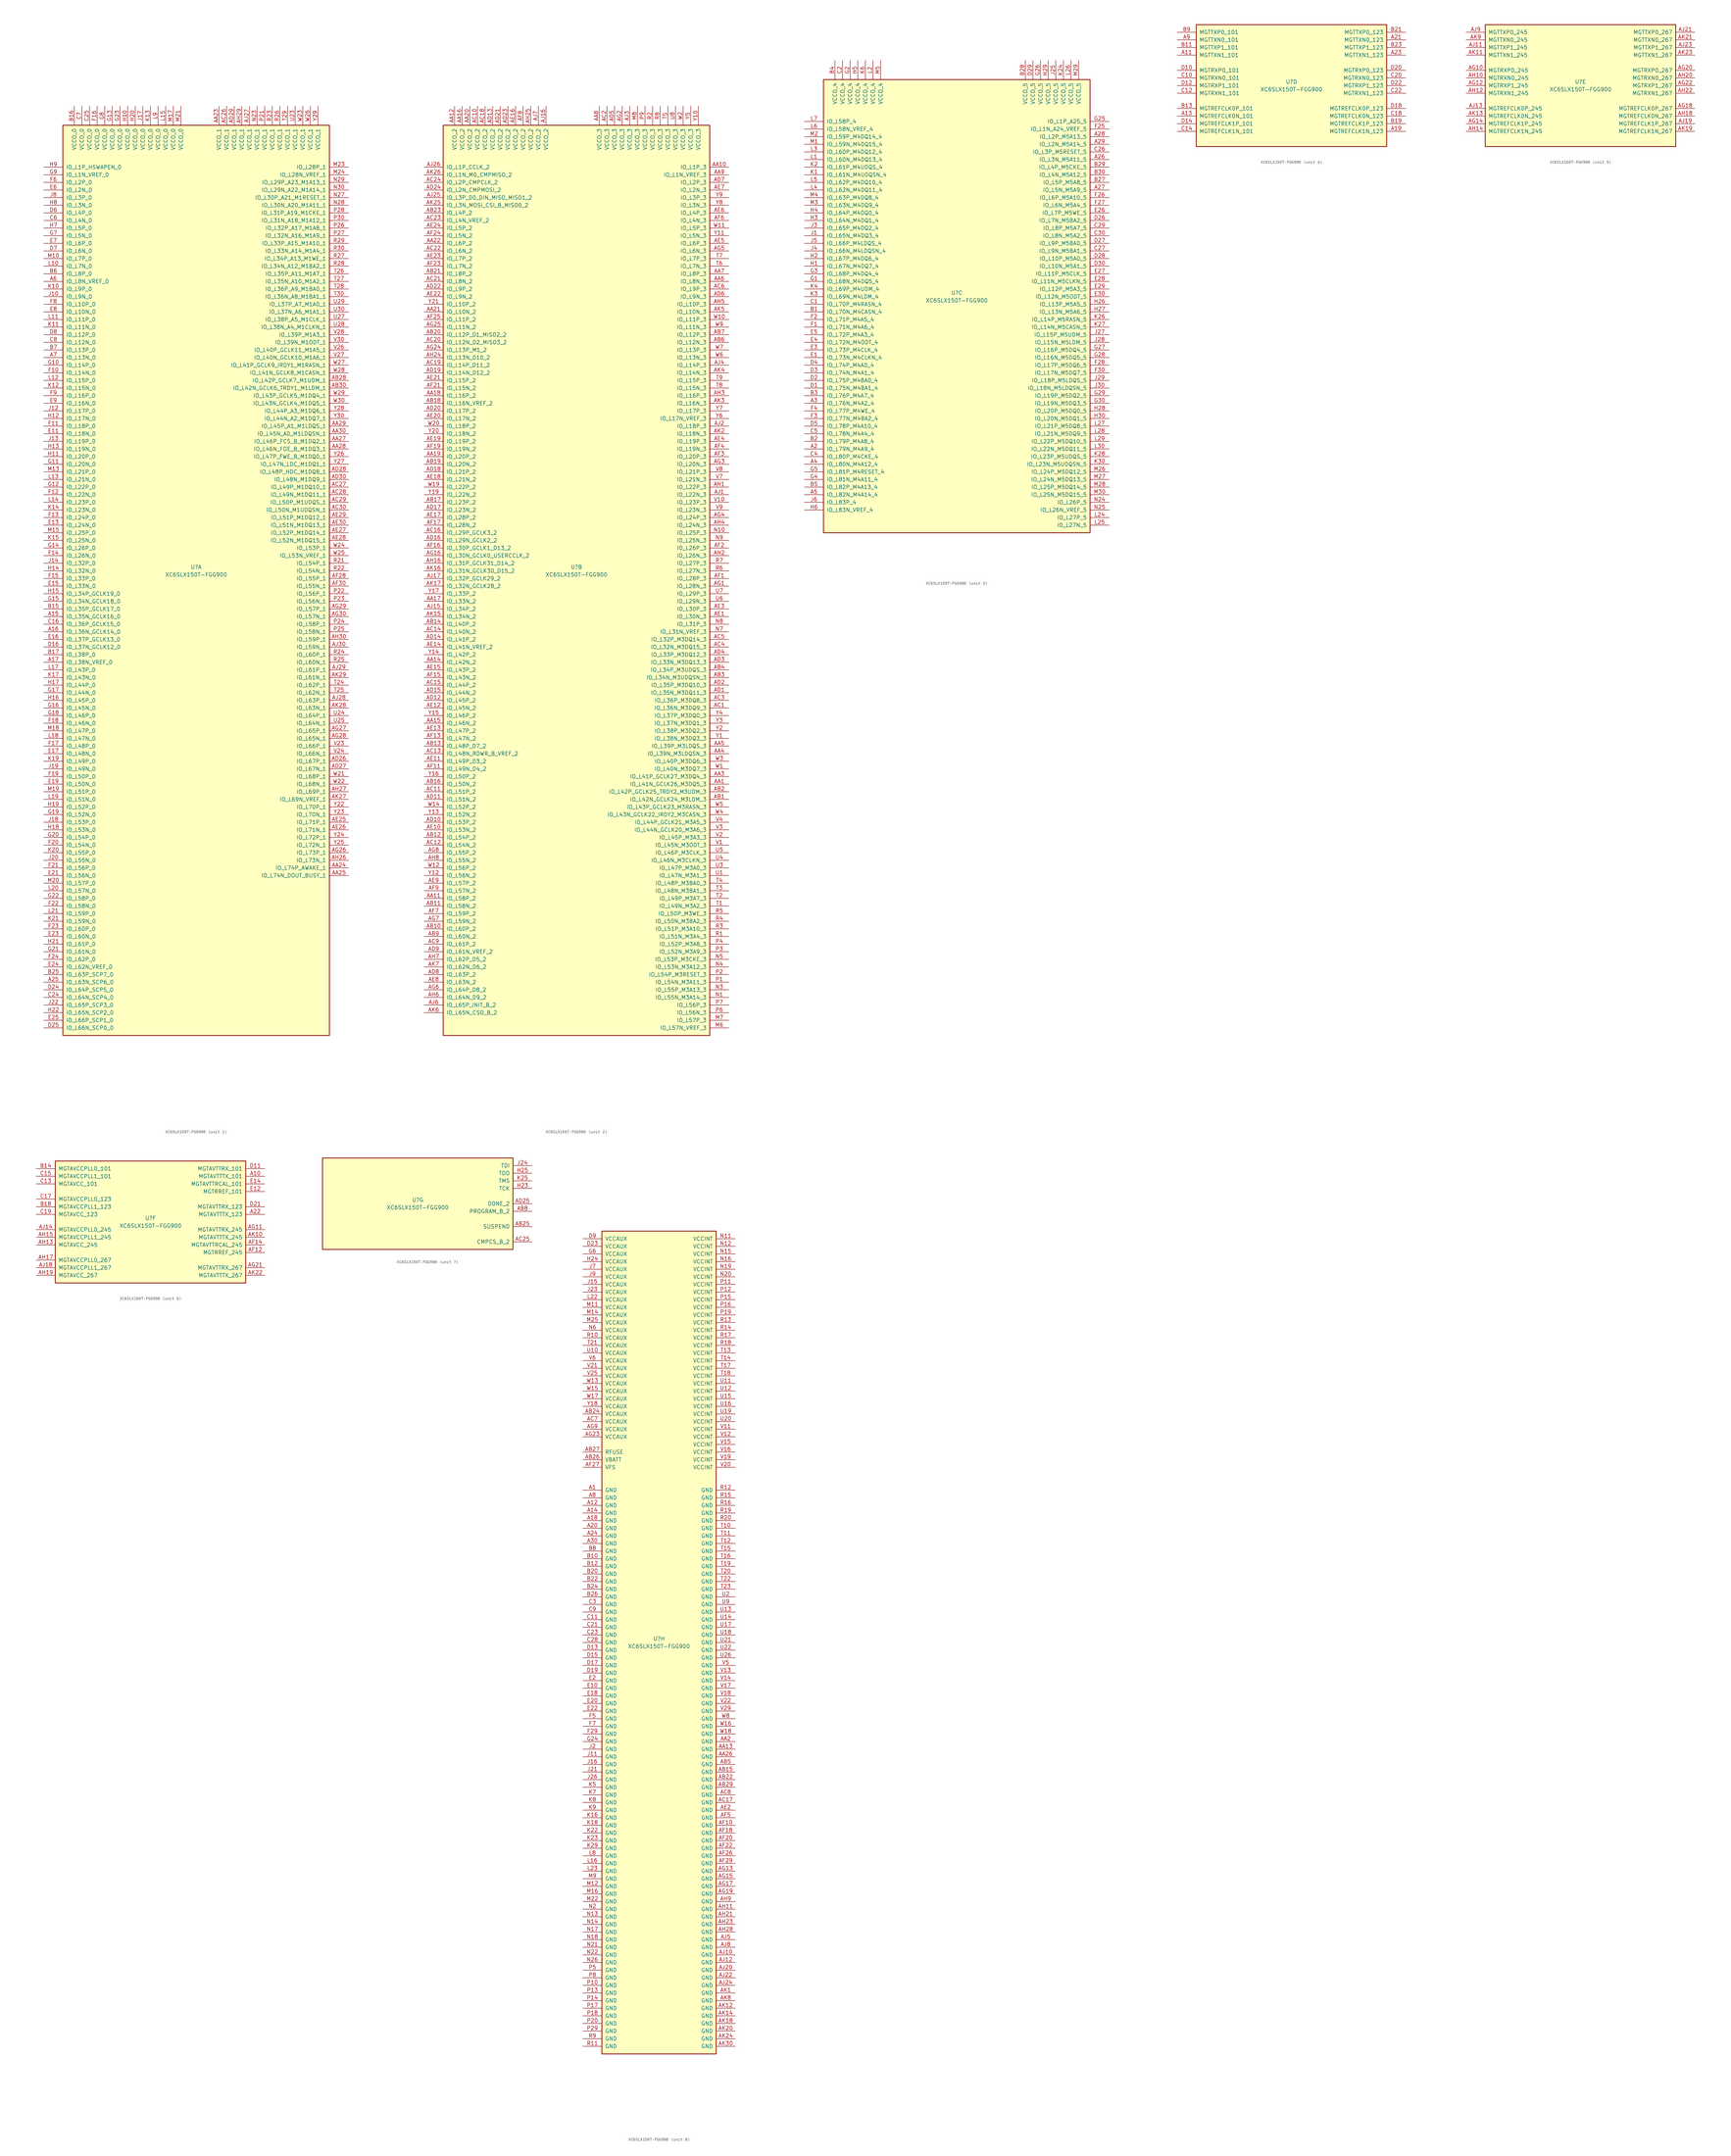
<source format=kicad_sym>
(kicad_symbol_lib
  (version 20201005)
  (generator kicad_symbol_editor)
  (symbol "XC6SLX150T-FGG900"
    (pin_names
      (offset 1.016))
    (property "Reference" "U"
      (at 0 1.27 0)
      (effects (font (size 1.27 1.27))))
    (property "Value" "XC6SLX150T-FGG900"
      (at 0 -1.27 0)
      (effects (font (size 1.27 1.27))))
    (property "Datasheet" ""
      (at 0 0 0)
      (effects (font (size 1.27 1.27))))
    (property "ki_locked" ""
      (at 0 0 0)
      (effects (font (size 1.27 1.27))))
    (symbol "XC6SLX150T-FGG900_1_1"
      (rectangle (start -44.45 148.59) (end 44.45 -154.94) (stroke (width 0.254)) (fill (type background)))
      (pin power_in line (at -40.64 154.94 270) (length 6.35) (name "VCCO_0" (effects (font (size 1.27 1.27)))) (number "B16" (effects (font (size 1.27 1.27)))))
      (pin power_in line (at -38.1 154.94 270) (length 6.35) (name "VCCO_0" (effects (font (size 1.27 1.27)))) (number "C7" (effects (font (size 1.27 1.27)))))
      (pin power_in line (at -35.56 154.94 270) (length 6.35) (name "VCCO_0" (effects (font (size 1.27 1.27)))) (number "C25" (effects (font (size 1.27 1.27)))))
      (pin power_in line (at -33.02 154.94 270) (length 6.35) (name "VCCO_0" (effects (font (size 1.27 1.27)))) (number "F16" (effects (font (size 1.27 1.27)))))
      (pin power_in line (at -30.48 154.94 270) (length 6.35) (name "VCCO_0" (effects (font (size 1.27 1.27)))) (number "G8" (effects (font (size 1.27 1.27)))))
      (pin power_in line (at -27.94 154.94 270) (length 6.35) (name "VCCO_0" (effects (font (size 1.27 1.27)))) (number "G13" (effects (font (size 1.27 1.27)))))
      (pin power_in line (at -25.4 154.94 270) (length 6.35) (name "VCCO_0" (effects (font (size 1.27 1.27)))) (number "G23" (effects (font (size 1.27 1.27)))))
      (pin power_in line (at -22.86 154.94 270) (length 6.35) (name "VCCO_0" (effects (font (size 1.27 1.27)))) (number "H10" (effects (font (size 1.27 1.27)))))
      (pin power_in line (at -20.32 154.94 270) (length 6.35) (name "VCCO_0" (effects (font (size 1.27 1.27)))) (number "H20" (effects (font (size 1.27 1.27)))))
      (pin power_in line (at -17.78 154.94 270) (length 6.35) (name "VCCO_0" (effects (font (size 1.27 1.27)))) (number "J17" (effects (font (size 1.27 1.27)))))
      (pin power_in line (at -15.24 154.94 270) (length 6.35) (name "VCCO_0" (effects (font (size 1.27 1.27)))) (number "K13" (effects (font (size 1.27 1.27)))))
      (pin power_in line (at -12.7 154.94 270) (length 6.35) (name "VCCO_0" (effects (font (size 1.27 1.27)))) (number "L9" (effects (font (size 1.27 1.27)))))
      (pin power_in line (at -10.16 154.94 270) (length 6.35) (name "VCCO_0" (effects (font (size 1.27 1.27)))) (number "L15" (effects (font (size 1.27 1.27)))))
      (pin power_in line (at -7.62 154.94 270) (length 6.35) (name "VCCO_0" (effects (font (size 1.27 1.27)))) (number "M17" (effects (font (size 1.27 1.27)))))
      (pin power_in line (at -5.08 154.94 270) (length 6.35) (name "VCCO_0" (effects (font (size 1.27 1.27)))) (number "M21" (effects (font (size 1.27 1.27)))))
      (pin bidirectional line (at -50.8 134.62 0) (length 6.35) (name "IO_L1P_HSWAPEN_0" (effects (font (size 1.27 1.27)))) (number "H9" (effects (font (size 1.27 1.27)))))
      (pin bidirectional line (at -50.8 132.08 0) (length 6.35) (name "IO_L1N_VREF_0" (effects (font (size 1.27 1.27)))) (number "G9" (effects (font (size 1.27 1.27)))))
      (pin bidirectional line (at -50.8 129.54 0) (length 6.35) (name "IO_L2P_0" (effects (font (size 1.27 1.27)))) (number "F6" (effects (font (size 1.27 1.27)))))
      (pin bidirectional line (at -50.8 127 0) (length 6.35) (name "IO_L2N_0" (effects (font (size 1.27 1.27)))) (number "E6" (effects (font (size 1.27 1.27)))))
      (pin bidirectional line (at -50.8 124.46 0) (length 6.35) (name "IO_L3P_0" (effects (font (size 1.27 1.27)))) (number "J8" (effects (font (size 1.27 1.27)))))
      (pin bidirectional line (at -50.8 121.92 0) (length 6.35) (name "IO_L3N_0" (effects (font (size 1.27 1.27)))) (number "H8" (effects (font (size 1.27 1.27)))))
      (pin bidirectional line (at -50.8 119.38 0) (length 6.35) (name "IO_L4P_0" (effects (font (size 1.27 1.27)))) (number "D6" (effects (font (size 1.27 1.27)))))
      (pin bidirectional line (at -50.8 116.84 0) (length 6.35) (name "IO_L4N_0" (effects (font (size 1.27 1.27)))) (number "C6" (effects (font (size 1.27 1.27)))))
      (pin bidirectional line (at -50.8 114.3 0) (length 6.35) (name "IO_L5P_0" (effects (font (size 1.27 1.27)))) (number "H7" (effects (font (size 1.27 1.27)))))
      (pin bidirectional line (at -50.8 111.76 0) (length 6.35) (name "IO_L5N_0" (effects (font (size 1.27 1.27)))) (number "G7" (effects (font (size 1.27 1.27)))))
      (pin bidirectional line (at -50.8 109.22 0) (length 6.35) (name "IO_L6P_0" (effects (font (size 1.27 1.27)))) (number "E7" (effects (font (size 1.27 1.27)))))
      (pin bidirectional line (at -50.8 106.68 0) (length 6.35) (name "IO_L6N_0" (effects (font (size 1.27 1.27)))) (number "D7" (effects (font (size 1.27 1.27)))))
      (pin bidirectional line (at -50.8 104.14 0) (length 6.35) (name "IO_L7P_0" (effects (font (size 1.27 1.27)))) (number "M10" (effects (font (size 1.27 1.27)))))
      (pin bidirectional line (at -50.8 101.6 0) (length 6.35) (name "IO_L7N_0" (effects (font (size 1.27 1.27)))) (number "L10" (effects (font (size 1.27 1.27)))))
      (pin bidirectional line (at -50.8 99.06 0) (length 6.35) (name "IO_L8P_0" (effects (font (size 1.27 1.27)))) (number "B6" (effects (font (size 1.27 1.27)))))
      (pin bidirectional line (at -50.8 96.52 0) (length 6.35) (name "IO_L8N_VREF_0" (effects (font (size 1.27 1.27)))) (number "A6" (effects (font (size 1.27 1.27)))))
      (pin bidirectional line (at -50.8 93.98 0) (length 6.35) (name "IO_L9P_0" (effects (font (size 1.27 1.27)))) (number "K10" (effects (font (size 1.27 1.27)))))
      (pin bidirectional line (at -50.8 91.44 0) (length 6.35) (name "IO_L9N_0" (effects (font (size 1.27 1.27)))) (number "J10" (effects (font (size 1.27 1.27)))))
      (pin bidirectional line (at -50.8 88.9 0) (length 6.35) (name "IO_L10P_0" (effects (font (size 1.27 1.27)))) (number "F8" (effects (font (size 1.27 1.27)))))
      (pin bidirectional line (at -50.8 86.36 0) (length 6.35) (name "IO_L10N_0" (effects (font (size 1.27 1.27)))) (number "E8" (effects (font (size 1.27 1.27)))))
      (pin bidirectional line (at -50.8 83.82 0) (length 6.35) (name "IO_L11P_0" (effects (font (size 1.27 1.27)))) (number "L11" (effects (font (size 1.27 1.27)))))
      (pin bidirectional line (at -50.8 81.28 0) (length 6.35) (name "IO_L11N_0" (effects (font (size 1.27 1.27)))) (number "K11" (effects (font (size 1.27 1.27)))))
      (pin bidirectional line (at -50.8 78.74 0) (length 6.35) (name "IO_L12P_0" (effects (font (size 1.27 1.27)))) (number "D8" (effects (font (size 1.27 1.27)))))
      (pin bidirectional line (at -50.8 76.2 0) (length 6.35) (name "IO_L12N_0" (effects (font (size 1.27 1.27)))) (number "C8" (effects (font (size 1.27 1.27)))))
      (pin bidirectional line (at -50.8 73.66 0) (length 6.35) (name "IO_L13P_0" (effects (font (size 1.27 1.27)))) (number "B7" (effects (font (size 1.27 1.27)))))
      (pin bidirectional line (at -50.8 71.12 0) (length 6.35) (name "IO_L13N_0" (effects (font (size 1.27 1.27)))) (number "A7" (effects (font (size 1.27 1.27)))))
      (pin bidirectional line (at -50.8 68.58 0) (length 6.35) (name "IO_L14P_0" (effects (font (size 1.27 1.27)))) (number "G10" (effects (font (size 1.27 1.27)))))
      (pin bidirectional line (at -50.8 66.04 0) (length 6.35) (name "IO_L14N_0" (effects (font (size 1.27 1.27)))) (number "F10" (effects (font (size 1.27 1.27)))))
      (pin bidirectional line (at -50.8 63.5 0) (length 6.35) (name "IO_L15P_0" (effects (font (size 1.27 1.27)))) (number "L12" (effects (font (size 1.27 1.27)))))
      (pin bidirectional line (at -50.8 60.96 0) (length 6.35) (name "IO_L15N_0" (effects (font (size 1.27 1.27)))) (number "K12" (effects (font (size 1.27 1.27)))))
      (pin bidirectional line (at -50.8 58.42 0) (length 6.35) (name "IO_L16P_0" (effects (font (size 1.27 1.27)))) (number "F9" (effects (font (size 1.27 1.27)))))
      (pin bidirectional line (at -50.8 55.88 0) (length 6.35) (name "IO_L16N_0" (effects (font (size 1.27 1.27)))) (number "E9" (effects (font (size 1.27 1.27)))))
      (pin bidirectional line (at -50.8 53.34 0) (length 6.35) (name "IO_L17P_0" (effects (font (size 1.27 1.27)))) (number "J12" (effects (font (size 1.27 1.27)))))
      (pin bidirectional line (at -50.8 50.8 0) (length 6.35) (name "IO_L17N_0" (effects (font (size 1.27 1.27)))) (number "H12" (effects (font (size 1.27 1.27)))))
      (pin bidirectional line (at -50.8 48.26 0) (length 6.35) (name "IO_L18P_0" (effects (font (size 1.27 1.27)))) (number "F11" (effects (font (size 1.27 1.27)))))
      (pin bidirectional line (at -50.8 45.72 0) (length 6.35) (name "IO_L18N_0" (effects (font (size 1.27 1.27)))) (number "E11" (effects (font (size 1.27 1.27)))))
      (pin bidirectional line (at -50.8 43.18 0) (length 6.35) (name "IO_L19P_0" (effects (font (size 1.27 1.27)))) (number "J13" (effects (font (size 1.27 1.27)))))
      (pin bidirectional line (at -50.8 40.64 0) (length 6.35) (name "IO_L19N_0" (effects (font (size 1.27 1.27)))) (number "H13" (effects (font (size 1.27 1.27)))))
      (pin bidirectional line (at -50.8 38.1 0) (length 6.35) (name "IO_L20P_0" (effects (font (size 1.27 1.27)))) (number "H11" (effects (font (size 1.27 1.27)))))
      (pin bidirectional line (at -50.8 35.56 0) (length 6.35) (name "IO_L20N_0" (effects (font (size 1.27 1.27)))) (number "G11" (effects (font (size 1.27 1.27)))))
      (pin bidirectional line (at -50.8 33.02 0) (length 6.35) (name "IO_L21P_0" (effects (font (size 1.27 1.27)))) (number "M13" (effects (font (size 1.27 1.27)))))
      (pin bidirectional line (at -50.8 30.48 0) (length 6.35) (name "IO_L21N_0" (effects (font (size 1.27 1.27)))) (number "L13" (effects (font (size 1.27 1.27)))))
      (pin bidirectional line (at -50.8 27.94 0) (length 6.35) (name "IO_L22P_0" (effects (font (size 1.27 1.27)))) (number "G12" (effects (font (size 1.27 1.27)))))
      (pin bidirectional line (at -50.8 25.4 0) (length 6.35) (name "IO_L22N_0" (effects (font (size 1.27 1.27)))) (number "F12" (effects (font (size 1.27 1.27)))))
      (pin bidirectional line (at -50.8 22.86 0) (length 6.35) (name "IO_L23P_0" (effects (font (size 1.27 1.27)))) (number "L14" (effects (font (size 1.27 1.27)))))
      (pin bidirectional line (at -50.8 20.32 0) (length 6.35) (name "IO_L23N_0" (effects (font (size 1.27 1.27)))) (number "K14" (effects (font (size 1.27 1.27)))))
      (pin bidirectional line (at -50.8 17.78 0) (length 6.35) (name "IO_L24P_0" (effects (font (size 1.27 1.27)))) (number "F13" (effects (font (size 1.27 1.27)))))
      (pin bidirectional line (at -50.8 15.24 0) (length 6.35) (name "IO_L24N_0" (effects (font (size 1.27 1.27)))) (number "E13" (effects (font (size 1.27 1.27)))))
      (pin bidirectional line (at -50.8 12.7 0) (length 6.35) (name "IO_L25P_0" (effects (font (size 1.27 1.27)))) (number "M15" (effects (font (size 1.27 1.27)))))
      (pin bidirectional line (at -50.8 10.16 0) (length 6.35) (name "IO_L25N_0" (effects (font (size 1.27 1.27)))) (number "K15" (effects (font (size 1.27 1.27)))))
      (pin bidirectional line (at -50.8 7.62 0) (length 6.35) (name "IO_L26P_0" (effects (font (size 1.27 1.27)))) (number "G14" (effects (font (size 1.27 1.27)))))
      (pin bidirectional line (at -50.8 5.08 0) (length 6.35) (name "IO_L26N_0" (effects (font (size 1.27 1.27)))) (number "F14" (effects (font (size 1.27 1.27)))))
      (pin bidirectional line (at -50.8 2.54 0) (length 6.35) (name "IO_L32P_0" (effects (font (size 1.27 1.27)))) (number "J14" (effects (font (size 1.27 1.27)))))
      (pin bidirectional line (at -50.8 0 0) (length 6.35) (name "IO_L32N_0" (effects (font (size 1.27 1.27)))) (number "H14" (effects (font (size 1.27 1.27)))))
      (pin bidirectional line (at -50.8 -2.54 0) (length 6.35) (name "IO_L33P_0" (effects (font (size 1.27 1.27)))) (number "F15" (effects (font (size 1.27 1.27)))))
      (pin bidirectional line (at -50.8 -5.08 0) (length 6.35) (name "IO_L33N_0" (effects (font (size 1.27 1.27)))) (number "E15" (effects (font (size 1.27 1.27)))))
      (pin bidirectional line (at -50.8 -7.62 0) (length 6.35) (name "IO_L34P_GCLK19_0" (effects (font (size 1.27 1.27)))) (number "H15" (effects (font (size 1.27 1.27)))))
      (pin bidirectional line (at -50.8 -10.16 0) (length 6.35) (name "IO_L34N_GCLK18_0" (effects (font (size 1.27 1.27)))) (number "G15" (effects (font (size 1.27 1.27)))))
      (pin bidirectional line (at -50.8 -12.7 0) (length 6.35) (name "IO_L35P_GCLK17_0" (effects (font (size 1.27 1.27)))) (number "B15" (effects (font (size 1.27 1.27)))))
      (pin bidirectional line (at -50.8 -15.24 0) (length 6.35) (name "IO_L35N_GCLK16_0" (effects (font (size 1.27 1.27)))) (number "A15" (effects (font (size 1.27 1.27)))))
      (pin bidirectional line (at -50.8 -17.78 0) (length 6.35) (name "IO_L36P_GCLK15_0" (effects (font (size 1.27 1.27)))) (number "C16" (effects (font (size 1.27 1.27)))))
      (pin bidirectional line (at -50.8 -20.32 0) (length 6.35) (name "IO_L36N_GCLK14_0" (effects (font (size 1.27 1.27)))) (number "A16" (effects (font (size 1.27 1.27)))))
      (pin bidirectional line (at -50.8 -22.86 0) (length 6.35) (name "IO_L37P_GCLK13_0" (effects (font (size 1.27 1.27)))) (number "E16" (effects (font (size 1.27 1.27)))))
      (pin bidirectional line (at -50.8 -25.4 0) (length 6.35) (name "IO_L37N_GCLK12_0" (effects (font (size 1.27 1.27)))) (number "D16" (effects (font (size 1.27 1.27)))))
      (pin bidirectional line (at -50.8 -27.94 0) (length 6.35) (name "IO_L38P_0" (effects (font (size 1.27 1.27)))) (number "B17" (effects (font (size 1.27 1.27)))))
      (pin bidirectional line (at -50.8 -30.48 0) (length 6.35) (name "IO_L38N_VREF_0" (effects (font (size 1.27 1.27)))) (number "A17" (effects (font (size 1.27 1.27)))))
      (pin bidirectional line (at -50.8 -33.02 0) (length 6.35) (name "IO_L43P_0" (effects (font (size 1.27 1.27)))) (number "L17" (effects (font (size 1.27 1.27)))))
      (pin bidirectional line (at -50.8 -35.56 0) (length 6.35) (name "IO_L43N_0" (effects (font (size 1.27 1.27)))) (number "K17" (effects (font (size 1.27 1.27)))))
      (pin bidirectional line (at -50.8 -38.1 0) (length 6.35) (name "IO_L44P_0" (effects (font (size 1.27 1.27)))) (number "H17" (effects (font (size 1.27 1.27)))))
      (pin bidirectional line (at -50.8 -40.64 0) (length 6.35) (name "IO_L44N_0" (effects (font (size 1.27 1.27)))) (number "G17" (effects (font (size 1.27 1.27)))))
      (pin bidirectional line (at -50.8 -43.18 0) (length 6.35) (name "IO_L45P_0" (effects (font (size 1.27 1.27)))) (number "H16" (effects (font (size 1.27 1.27)))))
      (pin bidirectional line (at -50.8 -45.72 0) (length 6.35) (name "IO_L45N_0" (effects (font (size 1.27 1.27)))) (number "G16" (effects (font (size 1.27 1.27)))))
      (pin bidirectional line (at -50.8 -48.26 0) (length 6.35) (name "IO_L46P_0" (effects (font (size 1.27 1.27)))) (number "G18" (effects (font (size 1.27 1.27)))))
      (pin bidirectional line (at -50.8 -50.8 0) (length 6.35) (name "IO_L46N_0" (effects (font (size 1.27 1.27)))) (number "F18" (effects (font (size 1.27 1.27)))))
      (pin bidirectional line (at -50.8 -53.34 0) (length 6.35) (name "IO_L47P_0" (effects (font (size 1.27 1.27)))) (number "M18" (effects (font (size 1.27 1.27)))))
      (pin bidirectional line (at -50.8 -55.88 0) (length 6.35) (name "IO_L47N_0" (effects (font (size 1.27 1.27)))) (number "L18" (effects (font (size 1.27 1.27)))))
      (pin bidirectional line (at -50.8 -58.42 0) (length 6.35) (name "IO_L48P_0" (effects (font (size 1.27 1.27)))) (number "F17" (effects (font (size 1.27 1.27)))))
      (pin bidirectional line (at -50.8 -60.96 0) (length 6.35) (name "IO_L48N_0" (effects (font (size 1.27 1.27)))) (number "E17" (effects (font (size 1.27 1.27)))))
      (pin bidirectional line (at -50.8 -63.5 0) (length 6.35) (name "IO_L49P_0" (effects (font (size 1.27 1.27)))) (number "K19" (effects (font (size 1.27 1.27)))))
      (pin bidirectional line (at -50.8 -66.04 0) (length 6.35) (name "IO_L49N_0" (effects (font (size 1.27 1.27)))) (number "J19" (effects (font (size 1.27 1.27)))))
      (pin bidirectional line (at -50.8 -68.58 0) (length 6.35) (name "IO_L50P_0" (effects (font (size 1.27 1.27)))) (number "F19" (effects (font (size 1.27 1.27)))))
      (pin bidirectional line (at -50.8 -71.12 0) (length 6.35) (name "IO_L50N_0" (effects (font (size 1.27 1.27)))) (number "E19" (effects (font (size 1.27 1.27)))))
      (pin bidirectional line (at -50.8 -73.66 0) (length 6.35) (name "IO_L51P_0" (effects (font (size 1.27 1.27)))) (number "M19" (effects (font (size 1.27 1.27)))))
      (pin bidirectional line (at -50.8 -76.2 0) (length 6.35) (name "IO_L51N_0" (effects (font (size 1.27 1.27)))) (number "L19" (effects (font (size 1.27 1.27)))))
      (pin bidirectional line (at -50.8 -78.74 0) (length 6.35) (name "IO_L52P_0" (effects (font (size 1.27 1.27)))) (number "H19" (effects (font (size 1.27 1.27)))))
      (pin bidirectional line (at -50.8 -81.28 0) (length 6.35) (name "IO_L52N_0" (effects (font (size 1.27 1.27)))) (number "G19" (effects (font (size 1.27 1.27)))))
      (pin bidirectional line (at -50.8 -83.82 0) (length 6.35) (name "IO_L53P_0" (effects (font (size 1.27 1.27)))) (number "J18" (effects (font (size 1.27 1.27)))))
      (pin bidirectional line (at -50.8 -86.36 0) (length 6.35) (name "IO_L53N_0" (effects (font (size 1.27 1.27)))) (number "H18" (effects (font (size 1.27 1.27)))))
      (pin bidirectional line (at -50.8 -88.9 0) (length 6.35) (name "IO_L54P_0" (effects (font (size 1.27 1.27)))) (number "G20" (effects (font (size 1.27 1.27)))))
      (pin bidirectional line (at -50.8 -91.44 0) (length 6.35) (name "IO_L54N_0" (effects (font (size 1.27 1.27)))) (number "F20" (effects (font (size 1.27 1.27)))))
      (pin bidirectional line (at -50.8 -93.98 0) (length 6.35) (name "IO_L55P_0" (effects (font (size 1.27 1.27)))) (number "K20" (effects (font (size 1.27 1.27)))))
      (pin bidirectional line (at -50.8 -96.52 0) (length 6.35) (name "IO_L55N_0" (effects (font (size 1.27 1.27)))) (number "J20" (effects (font (size 1.27 1.27)))))
      (pin bidirectional line (at -50.8 -99.06 0) (length 6.35) (name "IO_L56P_0" (effects (font (size 1.27 1.27)))) (number "F21" (effects (font (size 1.27 1.27)))))
      (pin bidirectional line (at -50.8 -101.6 0) (length 6.35) (name "IO_L56N_0" (effects (font (size 1.27 1.27)))) (number "E21" (effects (font (size 1.27 1.27)))))
      (pin bidirectional line (at -50.8 -104.14 0) (length 6.35) (name "IO_L57P_0" (effects (font (size 1.27 1.27)))) (number "M20" (effects (font (size 1.27 1.27)))))
      (pin bidirectional line (at -50.8 -106.68 0) (length 6.35) (name "IO_L57N_0" (effects (font (size 1.27 1.27)))) (number "L20" (effects (font (size 1.27 1.27)))))
      (pin bidirectional line (at -50.8 -109.22 0) (length 6.35) (name "IO_L58P_0" (effects (font (size 1.27 1.27)))) (number "G22" (effects (font (size 1.27 1.27)))))
      (pin bidirectional line (at -50.8 -111.76 0) (length 6.35) (name "IO_L58N_0" (effects (font (size 1.27 1.27)))) (number "F22" (effects (font (size 1.27 1.27)))))
      (pin bidirectional line (at -50.8 -114.3 0) (length 6.35) (name "IO_L59P_0" (effects (font (size 1.27 1.27)))) (number "L21" (effects (font (size 1.27 1.27)))))
      (pin bidirectional line (at -50.8 -116.84 0) (length 6.35) (name "IO_L59N_0" (effects (font (size 1.27 1.27)))) (number "K21" (effects (font (size 1.27 1.27)))))
      (pin bidirectional line (at -50.8 -119.38 0) (length 6.35) (name "IO_L60P_0" (effects (font (size 1.27 1.27)))) (number "F23" (effects (font (size 1.27 1.27)))))
      (pin bidirectional line (at -50.8 -121.92 0) (length 6.35) (name "IO_L60N_0" (effects (font (size 1.27 1.27)))) (number "E23" (effects (font (size 1.27 1.27)))))
      (pin bidirectional line (at -50.8 -124.46 0) (length 6.35) (name "IO_L61P_0" (effects (font (size 1.27 1.27)))) (number "H21" (effects (font (size 1.27 1.27)))))
      (pin bidirectional line (at -50.8 -127 0) (length 6.35) (name "IO_L61N_0" (effects (font (size 1.27 1.27)))) (number "G21" (effects (font (size 1.27 1.27)))))
      (pin bidirectional line (at -50.8 -129.54 0) (length 6.35) (name "IO_L62P_0" (effects (font (size 1.27 1.27)))) (number "F24" (effects (font (size 1.27 1.27)))))
      (pin bidirectional line (at -50.8 -132.08 0) (length 6.35) (name "IO_L62N_VREF_0" (effects (font (size 1.27 1.27)))) (number "E24" (effects (font (size 1.27 1.27)))))
      (pin bidirectional line (at -50.8 -134.62 0) (length 6.35) (name "IO_L63P_SCP7_0" (effects (font (size 1.27 1.27)))) (number "B25" (effects (font (size 1.27 1.27)))))
      (pin bidirectional line (at -50.8 -137.16 0) (length 6.35) (name "IO_L63N_SCP6_0" (effects (font (size 1.27 1.27)))) (number "A25" (effects (font (size 1.27 1.27)))))
      (pin bidirectional line (at -50.8 -139.7 0) (length 6.35) (name "IO_L64P_SCP5_0" (effects (font (size 1.27 1.27)))) (number "D24" (effects (font (size 1.27 1.27)))))
      (pin bidirectional line (at -50.8 -142.24 0) (length 6.35) (name "IO_L64N_SCP4_0" (effects (font (size 1.27 1.27)))) (number "C24" (effects (font (size 1.27 1.27)))))
      (pin bidirectional line (at -50.8 -144.78 0) (length 6.35) (name "IO_L65P_SCP3_0" (effects (font (size 1.27 1.27)))) (number "J22" (effects (font (size 1.27 1.27)))))
      (pin bidirectional line (at -50.8 -147.32 0) (length 6.35) (name "IO_L65N_SCP2_0" (effects (font (size 1.27 1.27)))) (number "H22" (effects (font (size 1.27 1.27)))))
      (pin bidirectional line (at -50.8 -149.86 0) (length 6.35) (name "IO_L66P_SCP1_0" (effects (font (size 1.27 1.27)))) (number "E25" (effects (font (size 1.27 1.27)))))
      (pin bidirectional line (at -50.8 -152.4 0) (length 6.35) (name "IO_L66N_SCP0_0" (effects (font (size 1.27 1.27)))) (number "D25" (effects (font (size 1.27 1.27)))))
      (pin power_in line (at 7.62 154.94 270) (length 6.35) (name "VCCO_1" (effects (font (size 1.27 1.27)))) (number "AA23" (effects (font (size 1.27 1.27)))))
      (pin power_in line (at 10.16 154.94 270) (length 6.35) (name "VCCO_1" (effects (font (size 1.27 1.27)))) (number "AC26" (effects (font (size 1.27 1.27)))))
      (pin power_in line (at 12.7 154.94 270) (length 6.35) (name "VCCO_1" (effects (font (size 1.27 1.27)))) (number "AD29" (effects (font (size 1.27 1.27)))))
      (pin power_in line (at 15.24 154.94 270) (length 6.35) (name "VCCO_1" (effects (font (size 1.27 1.27)))) (number "AH29" (effects (font (size 1.27 1.27)))))
      (pin power_in line (at 17.78 154.94 270) (length 6.35) (name "VCCO_1" (effects (font (size 1.27 1.27)))) (number "AJ27" (effects (font (size 1.27 1.27)))))
      (pin power_in line (at 20.32 154.94 270) (length 6.35) (name "VCCO_1" (effects (font (size 1.27 1.27)))) (number "N23" (effects (font (size 1.27 1.27)))))
      (pin power_in line (at 22.86 154.94 270) (length 6.35) (name "VCCO_1" (effects (font (size 1.27 1.27)))) (number "P21" (effects (font (size 1.27 1.27)))))
      (pin power_in line (at 25.4 154.94 270) (length 6.35) (name "VCCO_1" (effects (font (size 1.27 1.27)))) (number "R23" (effects (font (size 1.27 1.27)))))
      (pin power_in line (at 27.94 154.94 270) (length 6.35) (name "VCCO_1" (effects (font (size 1.27 1.27)))) (number "R26" (effects (font (size 1.27 1.27)))))
      (pin power_in line (at 30.48 154.94 270) (length 6.35) (name "VCCO_1" (effects (font (size 1.27 1.27)))) (number "T29" (effects (font (size 1.27 1.27)))))
      (pin power_in line (at 33.02 154.94 270) (length 6.35) (name "VCCO_1" (effects (font (size 1.27 1.27)))) (number "U23" (effects (font (size 1.27 1.27)))))
      (pin power_in line (at 35.56 154.94 270) (length 6.35) (name "VCCO_1" (effects (font (size 1.27 1.27)))) (number "W23" (effects (font (size 1.27 1.27)))))
      (pin power_in line (at 38.1 154.94 270) (length 6.35) (name "VCCO_1" (effects (font (size 1.27 1.27)))) (number "W26" (effects (font (size 1.27 1.27)))))
      (pin power_in line (at 40.64 154.94 270) (length 6.35) (name "VCCO_1" (effects (font (size 1.27 1.27)))) (number "Y29" (effects (font (size 1.27 1.27)))))
      (pin bidirectional line (at 50.8 134.62 180) (length 6.35) (name "IO_L28P_1" (effects (font (size 1.27 1.27)))) (number "M23" (effects (font (size 1.27 1.27)))))
      (pin bidirectional line (at 50.8 132.08 180) (length 6.35) (name "IO_L28N_VREF_1" (effects (font (size 1.27 1.27)))) (number "M24" (effects (font (size 1.27 1.27)))))
      (pin bidirectional line (at 50.8 129.54 180) (length 6.35) (name "IO_L29P_A23_M1A13_1" (effects (font (size 1.27 1.27)))) (number "N29" (effects (font (size 1.27 1.27)))))
      (pin bidirectional line (at 50.8 127 180) (length 6.35) (name "IO_L29N_A22_M1A14_1" (effects (font (size 1.27 1.27)))) (number "N30" (effects (font (size 1.27 1.27)))))
      (pin bidirectional line (at 50.8 124.46 180) (length 6.35) (name "IO_L30P_A21_M1RESET_1" (effects (font (size 1.27 1.27)))) (number "N27" (effects (font (size 1.27 1.27)))))
      (pin bidirectional line (at 50.8 121.92 180) (length 6.35) (name "IO_L30N_A20_M1A11_1" (effects (font (size 1.27 1.27)))) (number "N28" (effects (font (size 1.27 1.27)))))
      (pin bidirectional line (at 50.8 119.38 180) (length 6.35) (name "IO_L31P_A19_M1CKE_1" (effects (font (size 1.27 1.27)))) (number "P28" (effects (font (size 1.27 1.27)))))
      (pin bidirectional line (at 50.8 116.84 180) (length 6.35) (name "IO_L31N_A18_M1A12_1" (effects (font (size 1.27 1.27)))) (number "P30" (effects (font (size 1.27 1.27)))))
      (pin bidirectional line (at 50.8 114.3 180) (length 6.35) (name "IO_L32P_A17_M1A8_1" (effects (font (size 1.27 1.27)))) (number "P26" (effects (font (size 1.27 1.27)))))
      (pin bidirectional line (at 50.8 111.76 180) (length 6.35) (name "IO_L32N_A16_M1A9_1" (effects (font (size 1.27 1.27)))) (number "P27" (effects (font (size 1.27 1.27)))))
      (pin bidirectional line (at 50.8 109.22 180) (length 6.35) (name "IO_L33P_A15_M1A10_1" (effects (font (size 1.27 1.27)))) (number "R29" (effects (font (size 1.27 1.27)))))
      (pin bidirectional line (at 50.8 106.68 180) (length 6.35) (name "IO_L33N_A14_M1A4_1" (effects (font (size 1.27 1.27)))) (number "R30" (effects (font (size 1.27 1.27)))))
      (pin bidirectional line (at 50.8 104.14 180) (length 6.35) (name "IO_L34P_A13_M1WE_1" (effects (font (size 1.27 1.27)))) (number "R27" (effects (font (size 1.27 1.27)))))
      (pin bidirectional line (at 50.8 101.6 180) (length 6.35) (name "IO_L34N_A12_M1BA2_1" (effects (font (size 1.27 1.27)))) (number "R28" (effects (font (size 1.27 1.27)))))
      (pin bidirectional line (at 50.8 99.06 180) (length 6.35) (name "IO_L35P_A11_M1A7_1" (effects (font (size 1.27 1.27)))) (number "T26" (effects (font (size 1.27 1.27)))))
      (pin bidirectional line (at 50.8 96.52 180) (length 6.35) (name "IO_L35N_A10_M1A2_1" (effects (font (size 1.27 1.27)))) (number "T27" (effects (font (size 1.27 1.27)))))
      (pin bidirectional line (at 50.8 93.98 180) (length 6.35) (name "IO_L36P_A9_M1BA0_1" (effects (font (size 1.27 1.27)))) (number "T28" (effects (font (size 1.27 1.27)))))
      (pin bidirectional line (at 50.8 91.44 180) (length 6.35) (name "IO_L36N_A8_M1BA1_1" (effects (font (size 1.27 1.27)))) (number "T30" (effects (font (size 1.27 1.27)))))
      (pin bidirectional line (at 50.8 88.9 180) (length 6.35) (name "IO_L37P_A7_M1A0_1" (effects (font (size 1.27 1.27)))) (number "U29" (effects (font (size 1.27 1.27)))))
      (pin bidirectional line (at 50.8 86.36 180) (length 6.35) (name "IO_L37N_A6_M1A1_1" (effects (font (size 1.27 1.27)))) (number "U30" (effects (font (size 1.27 1.27)))))
      (pin bidirectional line (at 50.8 83.82 180) (length 6.35) (name "IO_L38P_A5_M1CLK_1" (effects (font (size 1.27 1.27)))) (number "U27" (effects (font (size 1.27 1.27)))))
      (pin bidirectional line (at 50.8 81.28 180) (length 6.35) (name "IO_L38N_A4_M1CLKN_1" (effects (font (size 1.27 1.27)))) (number "U28" (effects (font (size 1.27 1.27)))))
      (pin bidirectional line (at 50.8 78.74 180) (length 6.35) (name "IO_L39P_M1A3_1" (effects (font (size 1.27 1.27)))) (number "V28" (effects (font (size 1.27 1.27)))))
      (pin bidirectional line (at 50.8 76.2 180) (length 6.35) (name "IO_L39N_M1ODT_1" (effects (font (size 1.27 1.27)))) (number "V30" (effects (font (size 1.27 1.27)))))
      (pin bidirectional line (at 50.8 73.66 180) (length 6.35) (name "IO_L40P_GCLK11_M1A5_1" (effects (font (size 1.27 1.27)))) (number "V26" (effects (font (size 1.27 1.27)))))
      (pin bidirectional line (at 50.8 71.12 180) (length 6.35) (name "IO_L40N_GCLK10_M1A6_1" (effects (font (size 1.27 1.27)))) (number "V27" (effects (font (size 1.27 1.27)))))
      (pin bidirectional line (at 50.8 68.58 180) (length 6.35) (name "IO_L41P_GCLK9_IRDY1_M1RASN_1" (effects (font (size 1.27 1.27)))) (number "W27" (effects (font (size 1.27 1.27)))))
      (pin bidirectional line (at 50.8 66.04 180) (length 6.35) (name "IO_L41N_GCLK8_M1CASN_1" (effects (font (size 1.27 1.27)))) (number "W28" (effects (font (size 1.27 1.27)))))
      (pin bidirectional line (at 50.8 63.5 180) (length 6.35) (name "IO_L42P_GCLK7_M1UDM_1" (effects (font (size 1.27 1.27)))) (number "AB28" (effects (font (size 1.27 1.27)))))
      (pin bidirectional line (at 50.8 60.96 180) (length 6.35) (name "IO_L42N_GCLK6_TRDY1_M1LDM_1" (effects (font (size 1.27 1.27)))) (number "AB30" (effects (font (size 1.27 1.27)))))
      (pin bidirectional line (at 50.8 58.42 180) (length 6.35) (name "IO_L43P_GCLK5_M1DQ4_1" (effects (font (size 1.27 1.27)))) (number "W29" (effects (font (size 1.27 1.27)))))
      (pin bidirectional line (at 50.8 55.88 180) (length 6.35) (name "IO_L43N_GCLK4_M1DQ5_1" (effects (font (size 1.27 1.27)))) (number "W30" (effects (font (size 1.27 1.27)))))
      (pin bidirectional line (at 50.8 53.34 180) (length 6.35) (name "IO_L44P_A3_M1DQ6_1" (effects (font (size 1.27 1.27)))) (number "Y28" (effects (font (size 1.27 1.27)))))
      (pin bidirectional line (at 50.8 50.8 180) (length 6.35) (name "IO_L44N_A2_M1DQ7_1" (effects (font (size 1.27 1.27)))) (number "Y30" (effects (font (size 1.27 1.27)))))
      (pin bidirectional line (at 50.8 48.26 180) (length 6.35) (name "IO_L45P_A1_M1LDQS_1" (effects (font (size 1.27 1.27)))) (number "AA29" (effects (font (size 1.27 1.27)))))
      (pin bidirectional line (at 50.8 45.72 180) (length 6.35) (name "IO_L45N_A0_M1LDQSN_1" (effects (font (size 1.27 1.27)))) (number "AA30" (effects (font (size 1.27 1.27)))))
      (pin bidirectional line (at 50.8 43.18 180) (length 6.35) (name "IO_L46P_FCS_B_M1DQ2_1" (effects (font (size 1.27 1.27)))) (number "AA27" (effects (font (size 1.27 1.27)))))
      (pin bidirectional line (at 50.8 40.64 180) (length 6.35) (name "IO_L46N_FOE_B_M1DQ3_1" (effects (font (size 1.27 1.27)))) (number "AA28" (effects (font (size 1.27 1.27)))))
      (pin bidirectional line (at 50.8 38.1 180) (length 6.35) (name "IO_L47P_FWE_B_M1DQ0_1" (effects (font (size 1.27 1.27)))) (number "Y26" (effects (font (size 1.27 1.27)))))
      (pin bidirectional line (at 50.8 35.56 180) (length 6.35) (name "IO_L47N_LDC_M1DQ1_1" (effects (font (size 1.27 1.27)))) (number "Y27" (effects (font (size 1.27 1.27)))))
      (pin bidirectional line (at 50.8 33.02 180) (length 6.35) (name "IO_L48P_HDC_M1DQ8_1" (effects (font (size 1.27 1.27)))) (number "AD28" (effects (font (size 1.27 1.27)))))
      (pin bidirectional line (at 50.8 30.48 180) (length 6.35) (name "IO_L48N_M1DQ9_1" (effects (font (size 1.27 1.27)))) (number "AD30" (effects (font (size 1.27 1.27)))))
      (pin bidirectional line (at 50.8 27.94 180) (length 6.35) (name "IO_L49P_M1DQ10_1" (effects (font (size 1.27 1.27)))) (number "AC27" (effects (font (size 1.27 1.27)))))
      (pin bidirectional line (at 50.8 25.4 180) (length 6.35) (name "IO_L49N_M1DQ11_1" (effects (font (size 1.27 1.27)))) (number "AC28" (effects (font (size 1.27 1.27)))))
      (pin bidirectional line (at 50.8 22.86 180) (length 6.35) (name "IO_L50P_M1UDQS_1" (effects (font (size 1.27 1.27)))) (number "AC29" (effects (font (size 1.27 1.27)))))
      (pin bidirectional line (at 50.8 20.32 180) (length 6.35) (name "IO_L50N_M1UDQSN_1" (effects (font (size 1.27 1.27)))) (number "AC30" (effects (font (size 1.27 1.27)))))
      (pin bidirectional line (at 50.8 17.78 180) (length 6.35) (name "IO_L51P_M1DQ12_1" (effects (font (size 1.27 1.27)))) (number "AE29" (effects (font (size 1.27 1.27)))))
      (pin bidirectional line (at 50.8 15.24 180) (length 6.35) (name "IO_L51N_M1DQ13_1" (effects (font (size 1.27 1.27)))) (number "AE30" (effects (font (size 1.27 1.27)))))
      (pin bidirectional line (at 50.8 12.7 180) (length 6.35) (name "IO_L52P_M1DQ14_1" (effects (font (size 1.27 1.27)))) (number "AE27" (effects (font (size 1.27 1.27)))))
      (pin bidirectional line (at 50.8 10.16 180) (length 6.35) (name "IO_L52N_M1DQ15_1" (effects (font (size 1.27 1.27)))) (number "AE28" (effects (font (size 1.27 1.27)))))
      (pin bidirectional line (at 50.8 7.62 180) (length 6.35) (name "IO_L53P_1" (effects (font (size 1.27 1.27)))) (number "W24" (effects (font (size 1.27 1.27)))))
      (pin bidirectional line (at 50.8 5.08 180) (length 6.35) (name "IO_L53N_VREF_1" (effects (font (size 1.27 1.27)))) (number "W25" (effects (font (size 1.27 1.27)))))
      (pin bidirectional line (at 50.8 2.54 180) (length 6.35) (name "IO_L54P_1" (effects (font (size 1.27 1.27)))) (number "R21" (effects (font (size 1.27 1.27)))))
      (pin bidirectional line (at 50.8 0 180) (length 6.35) (name "IO_L54N_1" (effects (font (size 1.27 1.27)))) (number "R22" (effects (font (size 1.27 1.27)))))
      (pin bidirectional line (at 50.8 -2.54 180) (length 6.35) (name "IO_L55P_1" (effects (font (size 1.27 1.27)))) (number "AF28" (effects (font (size 1.27 1.27)))))
      (pin bidirectional line (at 50.8 -5.08 180) (length 6.35) (name "IO_L55N_1" (effects (font (size 1.27 1.27)))) (number "AF30" (effects (font (size 1.27 1.27)))))
      (pin bidirectional line (at 50.8 -7.62 180) (length 6.35) (name "IO_L56P_1" (effects (font (size 1.27 1.27)))) (number "P22" (effects (font (size 1.27 1.27)))))
      (pin bidirectional line (at 50.8 -10.16 180) (length 6.35) (name "IO_L56N_1" (effects (font (size 1.27 1.27)))) (number "P23" (effects (font (size 1.27 1.27)))))
      (pin bidirectional line (at 50.8 -12.7 180) (length 6.35) (name "IO_L57P_1" (effects (font (size 1.27 1.27)))) (number "AG29" (effects (font (size 1.27 1.27)))))
      (pin bidirectional line (at 50.8 -15.24 180) (length 6.35) (name "IO_L57N_1" (effects (font (size 1.27 1.27)))) (number "AG30" (effects (font (size 1.27 1.27)))))
      (pin bidirectional line (at 50.8 -17.78 180) (length 6.35) (name "IO_L58P_1" (effects (font (size 1.27 1.27)))) (number "P24" (effects (font (size 1.27 1.27)))))
      (pin bidirectional line (at 50.8 -20.32 180) (length 6.35) (name "IO_L58N_1" (effects (font (size 1.27 1.27)))) (number "P25" (effects (font (size 1.27 1.27)))))
      (pin bidirectional line (at 50.8 -22.86 180) (length 6.35) (name "IO_L59P_1" (effects (font (size 1.27 1.27)))) (number "AH30" (effects (font (size 1.27 1.27)))))
      (pin bidirectional line (at 50.8 -25.4 180) (length 6.35) (name "IO_L59N_1" (effects (font (size 1.27 1.27)))) (number "AJ30" (effects (font (size 1.27 1.27)))))
      (pin bidirectional line (at 50.8 -27.94 180) (length 6.35) (name "IO_L60P_1" (effects (font (size 1.27 1.27)))) (number "R24" (effects (font (size 1.27 1.27)))))
      (pin bidirectional line (at 50.8 -30.48 180) (length 6.35) (name "IO_L60N_1" (effects (font (size 1.27 1.27)))) (number "R25" (effects (font (size 1.27 1.27)))))
      (pin bidirectional line (at 50.8 -33.02 180) (length 6.35) (name "IO_L61P_1" (effects (font (size 1.27 1.27)))) (number "AJ29" (effects (font (size 1.27 1.27)))))
      (pin bidirectional line (at 50.8 -35.56 180) (length 6.35) (name "IO_L61N_1" (effects (font (size 1.27 1.27)))) (number "AK29" (effects (font (size 1.27 1.27)))))
      (pin bidirectional line (at 50.8 -38.1 180) (length 6.35) (name "IO_L62P_1" (effects (font (size 1.27 1.27)))) (number "T24" (effects (font (size 1.27 1.27)))))
      (pin bidirectional line (at 50.8 -40.64 180) (length 6.35) (name "IO_L62N_1" (effects (font (size 1.27 1.27)))) (number "T25" (effects (font (size 1.27 1.27)))))
      (pin bidirectional line (at 50.8 -43.18 180) (length 6.35) (name "IO_L63P_1" (effects (font (size 1.27 1.27)))) (number "AJ28" (effects (font (size 1.27 1.27)))))
      (pin bidirectional line (at 50.8 -45.72 180) (length 6.35) (name "IO_L63N_1" (effects (font (size 1.27 1.27)))) (number "AK28" (effects (font (size 1.27 1.27)))))
      (pin bidirectional line (at 50.8 -48.26 180) (length 6.35) (name "IO_L64P_1" (effects (font (size 1.27 1.27)))) (number "U24" (effects (font (size 1.27 1.27)))))
      (pin bidirectional line (at 50.8 -50.8 180) (length 6.35) (name "IO_L64N_1" (effects (font (size 1.27 1.27)))) (number "U25" (effects (font (size 1.27 1.27)))))
      (pin bidirectional line (at 50.8 -53.34 180) (length 6.35) (name "IO_L65P_1" (effects (font (size 1.27 1.27)))) (number "AG27" (effects (font (size 1.27 1.27)))))
      (pin bidirectional line (at 50.8 -55.88 180) (length 6.35) (name "IO_L65N_1" (effects (font (size 1.27 1.27)))) (number "AG28" (effects (font (size 1.27 1.27)))))
      (pin bidirectional line (at 50.8 -58.42 180) (length 6.35) (name "IO_L66P_1" (effects (font (size 1.27 1.27)))) (number "V23" (effects (font (size 1.27 1.27)))))
      (pin bidirectional line (at 50.8 -60.96 180) (length 6.35) (name "IO_L66N_1" (effects (font (size 1.27 1.27)))) (number "V24" (effects (font (size 1.27 1.27)))))
      (pin bidirectional line (at 50.8 -63.5 180) (length 6.35) (name "IO_L67P_1" (effects (font (size 1.27 1.27)))) (number "AD26" (effects (font (size 1.27 1.27)))))
      (pin bidirectional line (at 50.8 -66.04 180) (length 6.35) (name "IO_L67N_1" (effects (font (size 1.27 1.27)))) (number "AD27" (effects (font (size 1.27 1.27)))))
      (pin bidirectional line (at 50.8 -68.58 180) (length 6.35) (name "IO_L68P_1" (effects (font (size 1.27 1.27)))) (number "W21" (effects (font (size 1.27 1.27)))))
      (pin bidirectional line (at 50.8 -71.12 180) (length 6.35) (name "IO_L68N_1" (effects (font (size 1.27 1.27)))) (number "W22" (effects (font (size 1.27 1.27)))))
      (pin bidirectional line (at 50.8 -73.66 180) (length 6.35) (name "IO_L69P_1" (effects (font (size 1.27 1.27)))) (number "AH27" (effects (font (size 1.27 1.27)))))
      (pin bidirectional line (at 50.8 -76.2 180) (length 6.35) (name "IO_L69N_VREF_1" (effects (font (size 1.27 1.27)))) (number "AK27" (effects (font (size 1.27 1.27)))))
      (pin bidirectional line (at 50.8 -78.74 180) (length 6.35) (name "IO_L70P_1" (effects (font (size 1.27 1.27)))) (number "Y22" (effects (font (size 1.27 1.27)))))
      (pin bidirectional line (at 50.8 -81.28 180) (length 6.35) (name "IO_L70N_1" (effects (font (size 1.27 1.27)))) (number "Y23" (effects (font (size 1.27 1.27)))))
      (pin bidirectional line (at 50.8 -83.82 180) (length 6.35) (name "IO_L71P_1" (effects (font (size 1.27 1.27)))) (number "AE25" (effects (font (size 1.27 1.27)))))
      (pin bidirectional line (at 50.8 -86.36 180) (length 6.35) (name "IO_L71N_1" (effects (font (size 1.27 1.27)))) (number "AE26" (effects (font (size 1.27 1.27)))))
      (pin bidirectional line (at 50.8 -88.9 180) (length 6.35) (name "IO_L72P_1" (effects (font (size 1.27 1.27)))) (number "Y24" (effects (font (size 1.27 1.27)))))
      (pin bidirectional line (at 50.8 -91.44 180) (length 6.35) (name "IO_L72N_1" (effects (font (size 1.27 1.27)))) (number "Y25" (effects (font (size 1.27 1.27)))))
      (pin bidirectional line (at 50.8 -93.98 180) (length 6.35) (name "IO_L73P_1" (effects (font (size 1.27 1.27)))) (number "AG26" (effects (font (size 1.27 1.27)))))
      (pin bidirectional line (at 50.8 -96.52 180) (length 6.35) (name "IO_L73N_1" (effects (font (size 1.27 1.27)))) (number "AH26" (effects (font (size 1.27 1.27)))))
      (pin bidirectional line (at 50.8 -99.06 180) (length 6.35) (name "IO_L74P_AWAKE_1" (effects (font (size 1.27 1.27)))) (number "AA24" (effects (font (size 1.27 1.27)))))
      (pin bidirectional line (at 50.8 -101.6 180) (length 6.35) (name "IO_L74N_DOUT_BUSY_1" (effects (font (size 1.27 1.27)))) (number "AA25" (effects (font (size 1.27 1.27))))))
    (symbol "XC6SLX150T-FGG900_2_1"
      (rectangle (start -44.45 148.59) (end 44.45 -154.94) (stroke (width 0.254)) (fill (type background)))
      (pin power_in line (at -40.64 154.94 270) (length 6.35) (name "VCCO_2" (effects (font (size 1.27 1.27)))) (number "AA12" (effects (font (size 1.27 1.27)))))
      (pin power_in line (at -38.1 154.94 270) (length 6.35) (name "VCCO_2" (effects (font (size 1.27 1.27)))) (number "AA16" (effects (font (size 1.27 1.27)))))
      (pin power_in line (at -35.56 154.94 270) (length 6.35) (name "VCCO_2" (effects (font (size 1.27 1.27)))) (number "AA20" (effects (font (size 1.27 1.27)))))
      (pin power_in line (at -33.02 154.94 270) (length 6.35) (name "VCCO_2" (effects (font (size 1.27 1.27)))) (number "AC10" (effects (font (size 1.27 1.27)))))
      (pin power_in line (at -30.48 154.94 270) (length 6.35) (name "VCCO_2" (effects (font (size 1.27 1.27)))) (number "AC18" (effects (font (size 1.27 1.27)))))
      (pin power_in line (at -27.94 154.94 270) (length 6.35) (name "VCCO_2" (effects (font (size 1.27 1.27)))) (number "AD13" (effects (font (size 1.27 1.27)))))
      (pin power_in line (at -25.4 154.94 270) (length 6.35) (name "VCCO_2" (effects (font (size 1.27 1.27)))) (number "AD21" (effects (font (size 1.27 1.27)))))
      (pin power_in line (at -22.86 154.94 270) (length 6.35) (name "VCCO_2" (effects (font (size 1.27 1.27)))) (number "AD23" (effects (font (size 1.27 1.27)))))
      (pin power_in line (at -20.32 154.94 270) (length 6.35) (name "VCCO_2" (effects (font (size 1.27 1.27)))) (number "AE16" (effects (font (size 1.27 1.27)))))
      (pin power_in line (at -17.78 154.94 270) (length 6.35) (name "VCCO_2" (effects (font (size 1.27 1.27)))) (number "AF8" (effects (font (size 1.27 1.27)))))
      (pin power_in line (at -15.24 154.94 270) (length 6.35) (name "VCCO_2" (effects (font (size 1.27 1.27)))) (number "AH25" (effects (font (size 1.27 1.27)))))
      (pin power_in line (at -12.7 154.94 270) (length 6.35) (name "VCCO_2" (effects (font (size 1.27 1.27)))) (number "AJ7" (effects (font (size 1.27 1.27)))))
      (pin power_in line (at -10.16 154.94 270) (length 6.35) (name "VCCO_2" (effects (font (size 1.27 1.27)))) (number "AJ16" (effects (font (size 1.27 1.27)))))
      (pin bidirectional line (at -50.8 134.62 0) (length 6.35) (name "IO_L1P_CCLK_2" (effects (font (size 1.27 1.27)))) (number "AJ26" (effects (font (size 1.27 1.27)))))
      (pin bidirectional line (at -50.8 132.08 0) (length 6.35) (name "IO_L1N_M0_CMPMISO_2" (effects (font (size 1.27 1.27)))) (number "AK26" (effects (font (size 1.27 1.27)))))
      (pin bidirectional line (at -50.8 129.54 0) (length 6.35) (name "IO_L2P_CMPCLK_2" (effects (font (size 1.27 1.27)))) (number "AC24" (effects (font (size 1.27 1.27)))))
      (pin bidirectional line (at -50.8 127 0) (length 6.35) (name "IO_L2N_CMPMOSI_2" (effects (font (size 1.27 1.27)))) (number "AD24" (effects (font (size 1.27 1.27)))))
      (pin bidirectional line (at -50.8 124.46 0) (length 6.35) (name "IO_L3P_D0_DIN_MISO_MISO1_2" (effects (font (size 1.27 1.27)))) (number "AJ25" (effects (font (size 1.27 1.27)))))
      (pin bidirectional line (at -50.8 121.92 0) (length 6.35) (name "IO_L3N_MOSI_CSI_B_MISO0_2" (effects (font (size 1.27 1.27)))) (number "AK25" (effects (font (size 1.27 1.27)))))
      (pin bidirectional line (at -50.8 119.38 0) (length 6.35) (name "IO_L4P_2" (effects (font (size 1.27 1.27)))) (number "AB23" (effects (font (size 1.27 1.27)))))
      (pin bidirectional line (at -50.8 116.84 0) (length 6.35) (name "IO_L4N_VREF_2" (effects (font (size 1.27 1.27)))) (number "AC23" (effects (font (size 1.27 1.27)))))
      (pin bidirectional line (at -50.8 114.3 0) (length 6.35) (name "IO_L5P_2" (effects (font (size 1.27 1.27)))) (number "AE24" (effects (font (size 1.27 1.27)))))
      (pin bidirectional line (at -50.8 111.76 0) (length 6.35) (name "IO_L5N_2" (effects (font (size 1.27 1.27)))) (number "AF24" (effects (font (size 1.27 1.27)))))
      (pin bidirectional line (at -50.8 109.22 0) (length 6.35) (name "IO_L6P_2" (effects (font (size 1.27 1.27)))) (number "AA22" (effects (font (size 1.27 1.27)))))
      (pin bidirectional line (at -50.8 106.68 0) (length 6.35) (name "IO_L6N_2" (effects (font (size 1.27 1.27)))) (number "AC22" (effects (font (size 1.27 1.27)))))
      (pin bidirectional line (at -50.8 104.14 0) (length 6.35) (name "IO_L7P_2" (effects (font (size 1.27 1.27)))) (number "AE23" (effects (font (size 1.27 1.27)))))
      (pin bidirectional line (at -50.8 101.6 0) (length 6.35) (name "IO_L7N_2" (effects (font (size 1.27 1.27)))) (number "AF23" (effects (font (size 1.27 1.27)))))
      (pin bidirectional line (at -50.8 99.06 0) (length 6.35) (name "IO_L8P_2" (effects (font (size 1.27 1.27)))) (number "AB21" (effects (font (size 1.27 1.27)))))
      (pin bidirectional line (at -50.8 96.52 0) (length 6.35) (name "IO_L8N_2" (effects (font (size 1.27 1.27)))) (number "AC21" (effects (font (size 1.27 1.27)))))
      (pin bidirectional line (at -50.8 93.98 0) (length 6.35) (name "IO_L9P_2" (effects (font (size 1.27 1.27)))) (number "AD22" (effects (font (size 1.27 1.27)))))
      (pin bidirectional line (at -50.8 91.44 0) (length 6.35) (name "IO_L9N_2" (effects (font (size 1.27 1.27)))) (number "AE22" (effects (font (size 1.27 1.27)))))
      (pin bidirectional line (at -50.8 88.9 0) (length 6.35) (name "IO_L10P_2" (effects (font (size 1.27 1.27)))) (number "Y21" (effects (font (size 1.27 1.27)))))
      (pin bidirectional line (at -50.8 86.36 0) (length 6.35) (name "IO_L10N_2" (effects (font (size 1.27 1.27)))) (number "AA21" (effects (font (size 1.27 1.27)))))
      (pin bidirectional line (at -50.8 83.82 0) (length 6.35) (name "IO_L11P_2" (effects (font (size 1.27 1.27)))) (number "AF25" (effects (font (size 1.27 1.27)))))
      (pin bidirectional line (at -50.8 81.28 0) (length 6.35) (name "IO_L11N_2" (effects (font (size 1.27 1.27)))) (number "AG25" (effects (font (size 1.27 1.27)))))
      (pin bidirectional line (at -50.8 78.74 0) (length 6.35) (name "IO_L12P_D1_MISO2_2" (effects (font (size 1.27 1.27)))) (number "AB20" (effects (font (size 1.27 1.27)))))
      (pin bidirectional line (at -50.8 76.2 0) (length 6.35) (name "IO_L12N_D2_MISO3_2" (effects (font (size 1.27 1.27)))) (number "AC20" (effects (font (size 1.27 1.27)))))
      (pin bidirectional line (at -50.8 73.66 0) (length 6.35) (name "IO_L13P_M1_2" (effects (font (size 1.27 1.27)))) (number "AG24" (effects (font (size 1.27 1.27)))))
      (pin bidirectional line (at -50.8 71.12 0) (length 6.35) (name "IO_L13N_D10_2" (effects (font (size 1.27 1.27)))) (number "AH24" (effects (font (size 1.27 1.27)))))
      (pin bidirectional line (at -50.8 68.58 0) (length 6.35) (name "IO_L14P_D11_2" (effects (font (size 1.27 1.27)))) (number "AC19" (effects (font (size 1.27 1.27)))))
      (pin bidirectional line (at -50.8 66.04 0) (length 6.35) (name "IO_L14N_D12_2" (effects (font (size 1.27 1.27)))) (number "AD19" (effects (font (size 1.27 1.27)))))
      (pin bidirectional line (at -50.8 63.5 0) (length 6.35) (name "IO_L15P_2" (effects (font (size 1.27 1.27)))) (number "AE21" (effects (font (size 1.27 1.27)))))
      (pin bidirectional line (at -50.8 60.96 0) (length 6.35) (name "IO_L15N_2" (effects (font (size 1.27 1.27)))) (number "AF21" (effects (font (size 1.27 1.27)))))
      (pin bidirectional line (at -50.8 58.42 0) (length 6.35) (name "IO_L16P_2" (effects (font (size 1.27 1.27)))) (number "AA18" (effects (font (size 1.27 1.27)))))
      (pin bidirectional line (at -50.8 55.88 0) (length 6.35) (name "IO_L16N_VREF_2" (effects (font (size 1.27 1.27)))) (number "AB18" (effects (font (size 1.27 1.27)))))
      (pin bidirectional line (at -50.8 53.34 0) (length 6.35) (name "IO_L17P_2" (effects (font (size 1.27 1.27)))) (number "AD20" (effects (font (size 1.27 1.27)))))
      (pin bidirectional line (at -50.8 50.8 0) (length 6.35) (name "IO_L17N_2" (effects (font (size 1.27 1.27)))) (number "AE20" (effects (font (size 1.27 1.27)))))
      (pin bidirectional line (at -50.8 48.26 0) (length 6.35) (name "IO_L18P_2" (effects (font (size 1.27 1.27)))) (number "W20" (effects (font (size 1.27 1.27)))))
      (pin bidirectional line (at -50.8 45.72 0) (length 6.35) (name "IO_L18N_2" (effects (font (size 1.27 1.27)))) (number "Y20" (effects (font (size 1.27 1.27)))))
      (pin bidirectional line (at -50.8 43.18 0) (length 6.35) (name "IO_L19P_2" (effects (font (size 1.27 1.27)))) (number "AE19" (effects (font (size 1.27 1.27)))))
      (pin bidirectional line (at -50.8 40.64 0) (length 6.35) (name "IO_L19N_2" (effects (font (size 1.27 1.27)))) (number "AF19" (effects (font (size 1.27 1.27)))))
      (pin bidirectional line (at -50.8 38.1 0) (length 6.35) (name "IO_L20P_2" (effects (font (size 1.27 1.27)))) (number "AA19" (effects (font (size 1.27 1.27)))))
      (pin bidirectional line (at -50.8 35.56 0) (length 6.35) (name "IO_L20N_2" (effects (font (size 1.27 1.27)))) (number "AB19" (effects (font (size 1.27 1.27)))))
      (pin bidirectional line (at -50.8 33.02 0) (length 6.35) (name "IO_L21P_2" (effects (font (size 1.27 1.27)))) (number "AD18" (effects (font (size 1.27 1.27)))))
      (pin bidirectional line (at -50.8 30.48 0) (length 6.35) (name "IO_L21N_2" (effects (font (size 1.27 1.27)))) (number "AE18" (effects (font (size 1.27 1.27)))))
      (pin bidirectional line (at -50.8 27.94 0) (length 6.35) (name "IO_L22P_2" (effects (font (size 1.27 1.27)))) (number "W19" (effects (font (size 1.27 1.27)))))
      (pin bidirectional line (at -50.8 25.4 0) (length 6.35) (name "IO_L22N_2" (effects (font (size 1.27 1.27)))) (number "Y19" (effects (font (size 1.27 1.27)))))
      (pin bidirectional line (at -50.8 22.86 0) (length 6.35) (name "IO_L23P_2" (effects (font (size 1.27 1.27)))) (number "AB17" (effects (font (size 1.27 1.27)))))
      (pin bidirectional line (at -50.8 20.32 0) (length 6.35) (name "IO_L23N_2" (effects (font (size 1.27 1.27)))) (number "AD17" (effects (font (size 1.27 1.27)))))
      (pin bidirectional line (at -50.8 17.78 0) (length 6.35) (name "IO_L28P_2" (effects (font (size 1.27 1.27)))) (number "AE17" (effects (font (size 1.27 1.27)))))
      (pin bidirectional line (at -50.8 15.24 0) (length 6.35) (name "IO_L28N_2" (effects (font (size 1.27 1.27)))) (number "AF17" (effects (font (size 1.27 1.27)))))
      (pin bidirectional line (at -50.8 12.7 0) (length 6.35) (name "IO_L29P_GCLK3_2" (effects (font (size 1.27 1.27)))) (number "AC16" (effects (font (size 1.27 1.27)))))
      (pin bidirectional line (at -50.8 10.16 0) (length 6.35) (name "IO_L29N_GCLK2_2" (effects (font (size 1.27 1.27)))) (number "AD16" (effects (font (size 1.27 1.27)))))
      (pin bidirectional line (at -50.8 7.62 0) (length 6.35) (name "IO_L30P_GCLK1_D13_2" (effects (font (size 1.27 1.27)))) (number "AF16" (effects (font (size 1.27 1.27)))))
      (pin bidirectional line (at -50.8 5.08 0) (length 6.35) (name "IO_L30N_GCLK0_USERCCLK_2" (effects (font (size 1.27 1.27)))) (number "AG16" (effects (font (size 1.27 1.27)))))
      (pin bidirectional line (at -50.8 2.54 0) (length 6.35) (name "IO_L31P_GCLK31_D14_2" (effects (font (size 1.27 1.27)))) (number "AH16" (effects (font (size 1.27 1.27)))))
      (pin bidirectional line (at -50.8 0 0) (length 6.35) (name "IO_L31N_GCLK30_D15_2" (effects (font (size 1.27 1.27)))) (number "AK16" (effects (font (size 1.27 1.27)))))
      (pin bidirectional line (at -50.8 -2.54 0) (length 6.35) (name "IO_L32P_GCLK29_2" (effects (font (size 1.27 1.27)))) (number "AJ17" (effects (font (size 1.27 1.27)))))
      (pin bidirectional line (at -50.8 -5.08 0) (length 6.35) (name "IO_L32N_GCLK28_2" (effects (font (size 1.27 1.27)))) (number "AK17" (effects (font (size 1.27 1.27)))))
      (pin bidirectional line (at -50.8 -7.62 0) (length 6.35) (name "IO_L33P_2" (effects (font (size 1.27 1.27)))) (number "Y17" (effects (font (size 1.27 1.27)))))
      (pin bidirectional line (at -50.8 -10.16 0) (length 6.35) (name "IO_L33N_2" (effects (font (size 1.27 1.27)))) (number "AA17" (effects (font (size 1.27 1.27)))))
      (pin bidirectional line (at -50.8 -12.7 0) (length 6.35) (name "IO_L34P_2" (effects (font (size 1.27 1.27)))) (number "AJ15" (effects (font (size 1.27 1.27)))))
      (pin bidirectional line (at -50.8 -15.24 0) (length 6.35) (name "IO_L34N_2" (effects (font (size 1.27 1.27)))) (number "AK15" (effects (font (size 1.27 1.27)))))
      (pin bidirectional line (at -50.8 -17.78 0) (length 6.35) (name "IO_L40P_2" (effects (font (size 1.27 1.27)))) (number "AB14" (effects (font (size 1.27 1.27)))))
      (pin bidirectional line (at -50.8 -20.32 0) (length 6.35) (name "IO_L40N_2" (effects (font (size 1.27 1.27)))) (number "AC14" (effects (font (size 1.27 1.27)))))
      (pin bidirectional line (at -50.8 -22.86 0) (length 6.35) (name "IO_L41P_2" (effects (font (size 1.27 1.27)))) (number "AD14" (effects (font (size 1.27 1.27)))))
      (pin bidirectional line (at -50.8 -25.4 0) (length 6.35) (name "IO_L41N_VREF_2" (effects (font (size 1.27 1.27)))) (number "AE14" (effects (font (size 1.27 1.27)))))
      (pin bidirectional line (at -50.8 -27.94 0) (length 6.35) (name "IO_L42P_2" (effects (font (size 1.27 1.27)))) (number "Y14" (effects (font (size 1.27 1.27)))))
      (pin bidirectional line (at -50.8 -30.48 0) (length 6.35) (name "IO_L42N_2" (effects (font (size 1.27 1.27)))) (number "AA14" (effects (font (size 1.27 1.27)))))
      (pin bidirectional line (at -50.8 -33.02 0) (length 6.35) (name "IO_L43P_2" (effects (font (size 1.27 1.27)))) (number "AE15" (effects (font (size 1.27 1.27)))))
      (pin bidirectional line (at -50.8 -35.56 0) (length 6.35) (name "IO_L43N_2" (effects (font (size 1.27 1.27)))) (number "AF15" (effects (font (size 1.27 1.27)))))
      (pin bidirectional line (at -50.8 -38.1 0) (length 6.35) (name "IO_L44P_2" (effects (font (size 1.27 1.27)))) (number "AC15" (effects (font (size 1.27 1.27)))))
      (pin bidirectional line (at -50.8 -40.64 0) (length 6.35) (name "IO_L44N_2" (effects (font (size 1.27 1.27)))) (number "AD15" (effects (font (size 1.27 1.27)))))
      (pin bidirectional line (at -50.8 -43.18 0) (length 6.35) (name "IO_L45P_2" (effects (font (size 1.27 1.27)))) (number "AD12" (effects (font (size 1.27 1.27)))))
      (pin bidirectional line (at -50.8 -45.72 0) (length 6.35) (name "IO_L45N_2" (effects (font (size 1.27 1.27)))) (number "AE12" (effects (font (size 1.27 1.27)))))
      (pin bidirectional line (at -50.8 -48.26 0) (length 6.35) (name "IO_L46P_2" (effects (font (size 1.27 1.27)))) (number "Y15" (effects (font (size 1.27 1.27)))))
      (pin bidirectional line (at -50.8 -50.8 0) (length 6.35) (name "IO_L46N_2" (effects (font (size 1.27 1.27)))) (number "AA15" (effects (font (size 1.27 1.27)))))
      (pin bidirectional line (at -50.8 -53.34 0) (length 6.35) (name "IO_L47P_2" (effects (font (size 1.27 1.27)))) (number "AE13" (effects (font (size 1.27 1.27)))))
      (pin bidirectional line (at -50.8 -55.88 0) (length 6.35) (name "IO_L47N_2" (effects (font (size 1.27 1.27)))) (number "AF13" (effects (font (size 1.27 1.27)))))
      (pin bidirectional line (at -50.8 -58.42 0) (length 6.35) (name "IO_L48P_D7_2" (effects (font (size 1.27 1.27)))) (number "AB13" (effects (font (size 1.27 1.27)))))
      (pin bidirectional line (at -50.8 -60.96 0) (length 6.35) (name "IO_L48N_RDWR_B_VREF_2" (effects (font (size 1.27 1.27)))) (number "AC13" (effects (font (size 1.27 1.27)))))
      (pin bidirectional line (at -50.8 -63.5 0) (length 6.35) (name "IO_L49P_D3_2" (effects (font (size 1.27 1.27)))) (number "AE11" (effects (font (size 1.27 1.27)))))
      (pin bidirectional line (at -50.8 -66.04 0) (length 6.35) (name "IO_L49N_D4_2" (effects (font (size 1.27 1.27)))) (number "AF11" (effects (font (size 1.27 1.27)))))
      (pin bidirectional line (at -50.8 -68.58 0) (length 6.35) (name "IO_L50P_2" (effects (font (size 1.27 1.27)))) (number "Y16" (effects (font (size 1.27 1.27)))))
      (pin bidirectional line (at -50.8 -71.12 0) (length 6.35) (name "IO_L50N_2" (effects (font (size 1.27 1.27)))) (number "AB16" (effects (font (size 1.27 1.27)))))
      (pin bidirectional line (at -50.8 -73.66 0) (length 6.35) (name "IO_L51P_2" (effects (font (size 1.27 1.27)))) (number "AC11" (effects (font (size 1.27 1.27)))))
      (pin bidirectional line (at -50.8 -76.2 0) (length 6.35) (name "IO_L51N_2" (effects (font (size 1.27 1.27)))) (number "AD11" (effects (font (size 1.27 1.27)))))
      (pin bidirectional line (at -50.8 -78.74 0) (length 6.35) (name "IO_L52P_2" (effects (font (size 1.27 1.27)))) (number "W14" (effects (font (size 1.27 1.27)))))
      (pin bidirectional line (at -50.8 -81.28 0) (length 6.35) (name "IO_L52N_2" (effects (font (size 1.27 1.27)))) (number "Y13" (effects (font (size 1.27 1.27)))))
      (pin bidirectional line (at -50.8 -83.82 0) (length 6.35) (name "IO_L53P_2" (effects (font (size 1.27 1.27)))) (number "AD10" (effects (font (size 1.27 1.27)))))
      (pin bidirectional line (at -50.8 -86.36 0) (length 6.35) (name "IO_L53N_2" (effects (font (size 1.27 1.27)))) (number "AE10" (effects (font (size 1.27 1.27)))))
      (pin bidirectional line (at -50.8 -88.9 0) (length 6.35) (name "IO_L54P_2" (effects (font (size 1.27 1.27)))) (number "AB12" (effects (font (size 1.27 1.27)))))
      (pin bidirectional line (at -50.8 -91.44 0) (length 6.35) (name "IO_L54N_2" (effects (font (size 1.27 1.27)))) (number "AC12" (effects (font (size 1.27 1.27)))))
      (pin bidirectional line (at -50.8 -93.98 0) (length 6.35) (name "IO_L55P_2" (effects (font (size 1.27 1.27)))) (number "AG8" (effects (font (size 1.27 1.27)))))
      (pin bidirectional line (at -50.8 -96.52 0) (length 6.35) (name "IO_L55N_2" (effects (font (size 1.27 1.27)))) (number "AH8" (effects (font (size 1.27 1.27)))))
      (pin bidirectional line (at -50.8 -99.06 0) (length 6.35) (name "IO_L56P_2" (effects (font (size 1.27 1.27)))) (number "W12" (effects (font (size 1.27 1.27)))))
      (pin bidirectional line (at -50.8 -101.6 0) (length 6.35) (name "IO_L56N_2" (effects (font (size 1.27 1.27)))) (number "Y12" (effects (font (size 1.27 1.27)))))
      (pin bidirectional line (at -50.8 -104.14 0) (length 6.35) (name "IO_L57P_2" (effects (font (size 1.27 1.27)))) (number "AE9" (effects (font (size 1.27 1.27)))))
      (pin bidirectional line (at -50.8 -106.68 0) (length 6.35) (name "IO_L57N_2" (effects (font (size 1.27 1.27)))) (number "AF9" (effects (font (size 1.27 1.27)))))
      (pin bidirectional line (at -50.8 -109.22 0) (length 6.35) (name "IO_L58P_2" (effects (font (size 1.27 1.27)))) (number "AA11" (effects (font (size 1.27 1.27)))))
      (pin bidirectional line (at -50.8 -111.76 0) (length 6.35) (name "IO_L58N_2" (effects (font (size 1.27 1.27)))) (number "AB11" (effects (font (size 1.27 1.27)))))
      (pin bidirectional line (at -50.8 -114.3 0) (length 6.35) (name "IO_L59P_2" (effects (font (size 1.27 1.27)))) (number "AF7" (effects (font (size 1.27 1.27)))))
      (pin bidirectional line (at -50.8 -116.84 0) (length 6.35) (name "IO_L59N_2" (effects (font (size 1.27 1.27)))) (number "AG7" (effects (font (size 1.27 1.27)))))
      (pin bidirectional line (at -50.8 -119.38 0) (length 6.35) (name "IO_L60P_2" (effects (font (size 1.27 1.27)))) (number "AB10" (effects (font (size 1.27 1.27)))))
      (pin bidirectional line (at -50.8 -121.92 0) (length 6.35) (name "IO_L60N_2" (effects (font (size 1.27 1.27)))) (number "AB9" (effects (font (size 1.27 1.27)))))
      (pin bidirectional line (at -50.8 -124.46 0) (length 6.35) (name "IO_L61P_2" (effects (font (size 1.27 1.27)))) (number "AC9" (effects (font (size 1.27 1.27)))))
      (pin bidirectional line (at -50.8 -127 0) (length 6.35) (name "IO_L61N_VREF_2" (effects (font (size 1.27 1.27)))) (number "AD9" (effects (font (size 1.27 1.27)))))
      (pin bidirectional line (at -50.8 -129.54 0) (length 6.35) (name "IO_L62P_D5_2" (effects (font (size 1.27 1.27)))) (number "AH7" (effects (font (size 1.27 1.27)))))
      (pin bidirectional line (at -50.8 -132.08 0) (length 6.35) (name "IO_L62N_D6_2" (effects (font (size 1.27 1.27)))) (number "AK7" (effects (font (size 1.27 1.27)))))
      (pin bidirectional line (at -50.8 -134.62 0) (length 6.35) (name "IO_L63P_2" (effects (font (size 1.27 1.27)))) (number "AD8" (effects (font (size 1.27 1.27)))))
      (pin bidirectional line (at -50.8 -137.16 0) (length 6.35) (name "IO_L63N_2" (effects (font (size 1.27 1.27)))) (number "AE8" (effects (font (size 1.27 1.27)))))
      (pin bidirectional line (at -50.8 -139.7 0) (length 6.35) (name "IO_L64P_D8_2" (effects (font (size 1.27 1.27)))) (number "AG6" (effects (font (size 1.27 1.27)))))
      (pin bidirectional line (at -50.8 -142.24 0) (length 6.35) (name "IO_L64N_D9_2" (effects (font (size 1.27 1.27)))) (number "AH6" (effects (font (size 1.27 1.27)))))
      (pin bidirectional line (at -50.8 -144.78 0) (length 6.35) (name "IO_L65P_INIT_B_2" (effects (font (size 1.27 1.27)))) (number "AJ6" (effects (font (size 1.27 1.27)))))
      (pin bidirectional line (at -50.8 -147.32 0) (length 6.35) (name "IO_L65N_CSO_B_2" (effects (font (size 1.27 1.27)))) (number "AK6" (effects (font (size 1.27 1.27)))))
      (pin power_in line (at 7.62 154.94 270) (length 6.35) (name "VCCO_3" (effects (font (size 1.27 1.27)))) (number "AA8" (effects (font (size 1.27 1.27)))))
      (pin power_in line (at 10.16 154.94 270) (length 6.35) (name "VCCO_3" (effects (font (size 1.27 1.27)))) (number "AC2" (effects (font (size 1.27 1.27)))))
      (pin power_in line (at 12.7 154.94 270) (length 6.35) (name "VCCO_3" (effects (font (size 1.27 1.27)))) (number "AD5" (effects (font (size 1.27 1.27)))))
      (pin power_in line (at 15.24 154.94 270) (length 6.35) (name "VCCO_3" (effects (font (size 1.27 1.27)))) (number "AG2" (effects (font (size 1.27 1.27)))))
      (pin power_in line (at 17.78 154.94 270) (length 6.35) (name "VCCO_3" (effects (font (size 1.27 1.27)))) (number "AJ3" (effects (font (size 1.27 1.27)))))
      (pin power_in line (at 20.32 154.94 270) (length 6.35) (name "VCCO_3" (effects (font (size 1.27 1.27)))) (number "M8" (effects (font (size 1.27 1.27)))))
      (pin power_in line (at 22.86 154.94 270) (length 6.35) (name "VCCO_3" (effects (font (size 1.27 1.27)))) (number "P9" (effects (font (size 1.27 1.27)))))
      (pin power_in line (at 25.4 154.94 270) (length 6.35) (name "VCCO_3" (effects (font (size 1.27 1.27)))) (number "R2" (effects (font (size 1.27 1.27)))))
      (pin power_in line (at 27.94 154.94 270) (length 6.35) (name "VCCO_3" (effects (font (size 1.27 1.27)))) (number "R8" (effects (font (size 1.27 1.27)))))
      (pin power_in line (at 30.48 154.94 270) (length 6.35) (name "VCCO_3" (effects (font (size 1.27 1.27)))) (number "T5" (effects (font (size 1.27 1.27)))))
      (pin power_in line (at 33.02 154.94 270) (length 6.35) (name "VCCO_3" (effects (font (size 1.27 1.27)))) (number "U8" (effects (font (size 1.27 1.27)))))
      (pin power_in line (at 35.56 154.94 270) (length 6.35) (name "VCCO_3" (effects (font (size 1.27 1.27)))) (number "W2" (effects (font (size 1.27 1.27)))))
      (pin power_in line (at 38.1 154.94 270) (length 6.35) (name "VCCO_3" (effects (font (size 1.27 1.27)))) (number "Y5" (effects (font (size 1.27 1.27)))))
      (pin power_in line (at 40.64 154.94 270) (length 6.35) (name "VCCO_3" (effects (font (size 1.27 1.27)))) (number "Y10" (effects (font (size 1.27 1.27)))))
      (pin bidirectional line (at 50.8 134.62 180) (length 6.35) (name "IO_L1P_3" (effects (font (size 1.27 1.27)))) (number "AA10" (effects (font (size 1.27 1.27)))))
      (pin bidirectional line (at 50.8 132.08 180) (length 6.35) (name "IO_L1N_VREF_3" (effects (font (size 1.27 1.27)))) (number "AA9" (effects (font (size 1.27 1.27)))))
      (pin bidirectional line (at 50.8 129.54 180) (length 6.35) (name "IO_L2P_3" (effects (font (size 1.27 1.27)))) (number "AD7" (effects (font (size 1.27 1.27)))))
      (pin bidirectional line (at 50.8 127 180) (length 6.35) (name "IO_L2N_3" (effects (font (size 1.27 1.27)))) (number "AE7" (effects (font (size 1.27 1.27)))))
      (pin bidirectional line (at 50.8 124.46 180) (length 6.35) (name "IO_L3P_3" (effects (font (size 1.27 1.27)))) (number "Y9" (effects (font (size 1.27 1.27)))))
      (pin bidirectional line (at 50.8 121.92 180) (length 6.35) (name "IO_L3N_3" (effects (font (size 1.27 1.27)))) (number "Y8" (effects (font (size 1.27 1.27)))))
      (pin bidirectional line (at 50.8 119.38 180) (length 6.35) (name "IO_L4P_3" (effects (font (size 1.27 1.27)))) (number "AE6" (effects (font (size 1.27 1.27)))))
      (pin bidirectional line (at 50.8 116.84 180) (length 6.35) (name "IO_L4N_3" (effects (font (size 1.27 1.27)))) (number "AF6" (effects (font (size 1.27 1.27)))))
      (pin bidirectional line (at 50.8 114.3 180) (length 6.35) (name "IO_L5P_3" (effects (font (size 1.27 1.27)))) (number "W11" (effects (font (size 1.27 1.27)))))
      (pin bidirectional line (at 50.8 111.76 180) (length 6.35) (name "IO_L5N_3" (effects (font (size 1.27 1.27)))) (number "Y11" (effects (font (size 1.27 1.27)))))
      (pin bidirectional line (at 50.8 109.22 180) (length 6.35) (name "IO_L6P_3" (effects (font (size 1.27 1.27)))) (number "AE5" (effects (font (size 1.27 1.27)))))
      (pin bidirectional line (at 50.8 106.68 180) (length 6.35) (name "IO_L6N_3" (effects (font (size 1.27 1.27)))) (number "AG5" (effects (font (size 1.27 1.27)))))
      (pin bidirectional line (at 50.8 104.14 180) (length 6.35) (name "IO_L7P_3" (effects (font (size 1.27 1.27)))) (number "T7" (effects (font (size 1.27 1.27)))))
      (pin bidirectional line (at 50.8 101.6 180) (length 6.35) (name "IO_L7N_3" (effects (font (size 1.27 1.27)))) (number "T6" (effects (font (size 1.27 1.27)))))
      (pin bidirectional line (at 50.8 99.06 180) (length 6.35) (name "IO_L8P_3" (effects (font (size 1.27 1.27)))) (number "AA7" (effects (font (size 1.27 1.27)))))
      (pin bidirectional line (at 50.8 96.52 180) (length 6.35) (name "IO_L8N_3" (effects (font (size 1.27 1.27)))) (number "AA6" (effects (font (size 1.27 1.27)))))
      (pin bidirectional line (at 50.8 93.98 180) (length 6.35) (name "IO_L9P_3" (effects (font (size 1.27 1.27)))) (number "AC6" (effects (font (size 1.27 1.27)))))
      (pin bidirectional line (at 50.8 91.44 180) (length 6.35) (name "IO_L9N_3" (effects (font (size 1.27 1.27)))) (number "AD6" (effects (font (size 1.27 1.27)))))
      (pin bidirectional line (at 50.8 88.9 180) (length 6.35) (name "IO_L10P_3" (effects (font (size 1.27 1.27)))) (number "AH5" (effects (font (size 1.27 1.27)))))
      (pin bidirectional line (at 50.8 86.36 180) (length 6.35) (name "IO_L10N_3" (effects (font (size 1.27 1.27)))) (number "AK5" (effects (font (size 1.27 1.27)))))
      (pin bidirectional line (at 50.8 83.82 180) (length 6.35) (name "IO_L11P_3" (effects (font (size 1.27 1.27)))) (number "W10" (effects (font (size 1.27 1.27)))))
      (pin bidirectional line (at 50.8 81.28 180) (length 6.35) (name "IO_L11N_3" (effects (font (size 1.27 1.27)))) (number "W9" (effects (font (size 1.27 1.27)))))
      (pin bidirectional line (at 50.8 78.74 180) (length 6.35) (name "IO_L12P_3" (effects (font (size 1.27 1.27)))) (number "AB7" (effects (font (size 1.27 1.27)))))
      (pin bidirectional line (at 50.8 76.2 180) (length 6.35) (name "IO_L12N_3" (effects (font (size 1.27 1.27)))) (number "AB6" (effects (font (size 1.27 1.27)))))
      (pin bidirectional line (at 50.8 73.66 180) (length 6.35) (name "IO_L13P_3" (effects (font (size 1.27 1.27)))) (number "W7" (effects (font (size 1.27 1.27)))))
      (pin bidirectional line (at 50.8 71.12 180) (length 6.35) (name "IO_L13N_3" (effects (font (size 1.27 1.27)))) (number "W6" (effects (font (size 1.27 1.27)))))
      (pin bidirectional line (at 50.8 68.58 180) (length 6.35) (name "IO_L14P_3" (effects (font (size 1.27 1.27)))) (number "AJ4" (effects (font (size 1.27 1.27)))))
      (pin bidirectional line (at 50.8 66.04 180) (length 6.35) (name "IO_L14N_3" (effects (font (size 1.27 1.27)))) (number "AK4" (effects (font (size 1.27 1.27)))))
      (pin bidirectional line (at 50.8 63.5 180) (length 6.35) (name "IO_L15P_3" (effects (font (size 1.27 1.27)))) (number "T9" (effects (font (size 1.27 1.27)))))
      (pin bidirectional line (at 50.8 60.96 180) (length 6.35) (name "IO_L15N_3" (effects (font (size 1.27 1.27)))) (number "T8" (effects (font (size 1.27 1.27)))))
      (pin bidirectional line (at 50.8 58.42 180) (length 6.35) (name "IO_L16P_3" (effects (font (size 1.27 1.27)))) (number "AH3" (effects (font (size 1.27 1.27)))))
      (pin bidirectional line (at 50.8 55.88 180) (length 6.35) (name "IO_L16N_3" (effects (font (size 1.27 1.27)))) (number "AK3" (effects (font (size 1.27 1.27)))))
      (pin bidirectional line (at 50.8 53.34 180) (length 6.35) (name "IO_L17P_3" (effects (font (size 1.27 1.27)))) (number "Y7" (effects (font (size 1.27 1.27)))))
      (pin bidirectional line (at 50.8 50.8 180) (length 6.35) (name "IO_L17N_VREF_3" (effects (font (size 1.27 1.27)))) (number "Y6" (effects (font (size 1.27 1.27)))))
      (pin bidirectional line (at 50.8 48.26 180) (length 6.35) (name "IO_L18P_3" (effects (font (size 1.27 1.27)))) (number "AJ2" (effects (font (size 1.27 1.27)))))
      (pin bidirectional line (at 50.8 45.72 180) (length 6.35) (name "IO_L18N_3" (effects (font (size 1.27 1.27)))) (number "AK2" (effects (font (size 1.27 1.27)))))
      (pin bidirectional line (at 50.8 43.18 180) (length 6.35) (name "IO_L19P_3" (effects (font (size 1.27 1.27)))) (number "AE4" (effects (font (size 1.27 1.27)))))
      (pin bidirectional line (at 50.8 40.64 180) (length 6.35) (name "IO_L19N_3" (effects (font (size 1.27 1.27)))) (number "AF4" (effects (font (size 1.27 1.27)))))
      (pin bidirectional line (at 50.8 38.1 180) (length 6.35) (name "IO_L20P_3" (effects (font (size 1.27 1.27)))) (number "AF3" (effects (font (size 1.27 1.27)))))
      (pin bidirectional line (at 50.8 35.56 180) (length 6.35) (name "IO_L20N_3" (effects (font (size 1.27 1.27)))) (number "AG3" (effects (font (size 1.27 1.27)))))
      (pin bidirectional line (at 50.8 33.02 180) (length 6.35) (name "IO_L21P_3" (effects (font (size 1.27 1.27)))) (number "V8" (effects (font (size 1.27 1.27)))))
      (pin bidirectional line (at 50.8 30.48 180) (length 6.35) (name "IO_L21N_3" (effects (font (size 1.27 1.27)))) (number "V7" (effects (font (size 1.27 1.27)))))
      (pin bidirectional line (at 50.8 27.94 180) (length 6.35) (name "IO_L22P_3" (effects (font (size 1.27 1.27)))) (number "AH1" (effects (font (size 1.27 1.27)))))
      (pin bidirectional line (at 50.8 25.4 180) (length 6.35) (name "IO_L22N_3" (effects (font (size 1.27 1.27)))) (number "AJ1" (effects (font (size 1.27 1.27)))))
      (pin bidirectional line (at 50.8 22.86 180) (length 6.35) (name "IO_L23P_3" (effects (font (size 1.27 1.27)))) (number "V10" (effects (font (size 1.27 1.27)))))
      (pin bidirectional line (at 50.8 20.32 180) (length 6.35) (name "IO_L23N_3" (effects (font (size 1.27 1.27)))) (number "V9" (effects (font (size 1.27 1.27)))))
      (pin bidirectional line (at 50.8 17.78 180) (length 6.35) (name "IO_L24P_3" (effects (font (size 1.27 1.27)))) (number "AG4" (effects (font (size 1.27 1.27)))))
      (pin bidirectional line (at 50.8 15.24 180) (length 6.35) (name "IO_L24N_3" (effects (font (size 1.27 1.27)))) (number "AH4" (effects (font (size 1.27 1.27)))))
      (pin bidirectional line (at 50.8 12.7 180) (length 6.35) (name "IO_L25P_3" (effects (font (size 1.27 1.27)))) (number "N10" (effects (font (size 1.27 1.27)))))
      (pin bidirectional line (at 50.8 10.16 180) (length 6.35) (name "IO_L25N_3" (effects (font (size 1.27 1.27)))) (number "N9" (effects (font (size 1.27 1.27)))))
      (pin bidirectional line (at 50.8 7.62 180) (length 6.35) (name "IO_L26P_3" (effects (font (size 1.27 1.27)))) (number "AF2" (effects (font (size 1.27 1.27)))))
      (pin bidirectional line (at 50.8 5.08 180) (length 6.35) (name "IO_L26N_3" (effects (font (size 1.27 1.27)))) (number "AH2" (effects (font (size 1.27 1.27)))))
      (pin bidirectional line (at 50.8 2.54 180) (length 6.35) (name "IO_L27P_3" (effects (font (size 1.27 1.27)))) (number "R7" (effects (font (size 1.27 1.27)))))
      (pin bidirectional line (at 50.8 0 180) (length 6.35) (name "IO_L27N_3" (effects (font (size 1.27 1.27)))) (number "R6" (effects (font (size 1.27 1.27)))))
      (pin bidirectional line (at 50.8 -2.54 180) (length 6.35) (name "IO_L28P_3" (effects (font (size 1.27 1.27)))) (number "AF1" (effects (font (size 1.27 1.27)))))
      (pin bidirectional line (at 50.8 -5.08 180) (length 6.35) (name "IO_L28N_3" (effects (font (size 1.27 1.27)))) (number "AG1" (effects (font (size 1.27 1.27)))))
      (pin bidirectional line (at 50.8 -7.62 180) (length 6.35) (name "IO_L29P_3" (effects (font (size 1.27 1.27)))) (number "U7" (effects (font (size 1.27 1.27)))))
      (pin bidirectional line (at 50.8 -10.16 180) (length 6.35) (name "IO_L29N_3" (effects (font (size 1.27 1.27)))) (number "U6" (effects (font (size 1.27 1.27)))))
      (pin bidirectional line (at 50.8 -12.7 180) (length 6.35) (name "IO_L30P_3" (effects (font (size 1.27 1.27)))) (number "AE3" (effects (font (size 1.27 1.27)))))
      (pin bidirectional line (at 50.8 -15.24 180) (length 6.35) (name "IO_L30N_3" (effects (font (size 1.27 1.27)))) (number "AE1" (effects (font (size 1.27 1.27)))))
      (pin bidirectional line (at 50.8 -17.78 180) (length 6.35) (name "IO_L31P_3" (effects (font (size 1.27 1.27)))) (number "N8" (effects (font (size 1.27 1.27)))))
      (pin bidirectional line (at 50.8 -20.32 180) (length 6.35) (name "IO_L31N_VREF_3" (effects (font (size 1.27 1.27)))) (number "N7" (effects (font (size 1.27 1.27)))))
      (pin bidirectional line (at 50.8 -22.86 180) (length 6.35) (name "IO_L32P_M3DQ14_3" (effects (font (size 1.27 1.27)))) (number "AC5" (effects (font (size 1.27 1.27)))))
      (pin bidirectional line (at 50.8 -25.4 180) (length 6.35) (name "IO_L32N_M3DQ15_3" (effects (font (size 1.27 1.27)))) (number "AC4" (effects (font (size 1.27 1.27)))))
      (pin bidirectional line (at 50.8 -27.94 180) (length 6.35) (name "IO_L33P_M3DQ12_3" (effects (font (size 1.27 1.27)))) (number "AD4" (effects (font (size 1.27 1.27)))))
      (pin bidirectional line (at 50.8 -30.48 180) (length 6.35) (name "IO_L33N_M3DQ13_3" (effects (font (size 1.27 1.27)))) (number "AD3" (effects (font (size 1.27 1.27)))))
      (pin bidirectional line (at 50.8 -33.02 180) (length 6.35) (name "IO_L34P_M3UDQS_3" (effects (font (size 1.27 1.27)))) (number "AB4" (effects (font (size 1.27 1.27)))))
      (pin bidirectional line (at 50.8 -35.56 180) (length 6.35) (name "IO_L34N_M3UDQSN_3" (effects (font (size 1.27 1.27)))) (number "AB3" (effects (font (size 1.27 1.27)))))
      (pin bidirectional line (at 50.8 -38.1 180) (length 6.35) (name "IO_L35P_M3DQ10_3" (effects (font (size 1.27 1.27)))) (number "AD2" (effects (font (size 1.27 1.27)))))
      (pin bidirectional line (at 50.8 -40.64 180) (length 6.35) (name "IO_L35N_M3DQ11_3" (effects (font (size 1.27 1.27)))) (number "AD1" (effects (font (size 1.27 1.27)))))
      (pin bidirectional line (at 50.8 -43.18 180) (length 6.35) (name "IO_L36P_M3DQ8_3" (effects (font (size 1.27 1.27)))) (number "AC3" (effects (font (size 1.27 1.27)))))
      (pin bidirectional line (at 50.8 -45.72 180) (length 6.35) (name "IO_L36N_M3DQ9_3" (effects (font (size 1.27 1.27)))) (number "AC1" (effects (font (size 1.27 1.27)))))
      (pin bidirectional line (at 50.8 -48.26 180) (length 6.35) (name "IO_L37P_M3DQ0_3" (effects (font (size 1.27 1.27)))) (number "Y4" (effects (font (size 1.27 1.27)))))
      (pin bidirectional line (at 50.8 -50.8 180) (length 6.35) (name "IO_L37N_M3DQ1_3" (effects (font (size 1.27 1.27)))) (number "Y3" (effects (font (size 1.27 1.27)))))
      (pin bidirectional line (at 50.8 -53.34 180) (length 6.35) (name "IO_L38P_M3DQ2_3" (effects (font (size 1.27 1.27)))) (number "Y2" (effects (font (size 1.27 1.27)))))
      (pin bidirectional line (at 50.8 -55.88 180) (length 6.35) (name "IO_L38N_M3DQ3_3" (effects (font (size 1.27 1.27)))) (number "Y1" (effects (font (size 1.27 1.27)))))
      (pin bidirectional line (at 50.8 -58.42 180) (length 6.35) (name "IO_L39P_M3LDQS_3" (effects (font (size 1.27 1.27)))) (number "AA5" (effects (font (size 1.27 1.27)))))
      (pin bidirectional line (at 50.8 -60.96 180) (length 6.35) (name "IO_L39N_M3LDQSN_3" (effects (font (size 1.27 1.27)))) (number "AA4" (effects (font (size 1.27 1.27)))))
      (pin bidirectional line (at 50.8 -63.5 180) (length 6.35) (name "IO_L40P_M3DQ6_3" (effects (font (size 1.27 1.27)))) (number "W3" (effects (font (size 1.27 1.27)))))
      (pin bidirectional line (at 50.8 -66.04 180) (length 6.35) (name "IO_L40N_M3DQ7_3" (effects (font (size 1.27 1.27)))) (number "W1" (effects (font (size 1.27 1.27)))))
      (pin bidirectional line (at 50.8 -68.58 180) (length 6.35) (name "IO_L41P_GCLK27_M3DQ4_3" (effects (font (size 1.27 1.27)))) (number "AA3" (effects (font (size 1.27 1.27)))))
      (pin bidirectional line (at 50.8 -71.12 180) (length 6.35) (name "IO_L41N_GCLK26_M3DQ5_3" (effects (font (size 1.27 1.27)))) (number "AA1" (effects (font (size 1.27 1.27)))))
      (pin bidirectional line (at 50.8 -73.66 180) (length 6.35) (name "IO_L42P_GCLK25_TRDY2_M3UDM_3" (effects (font (size 1.27 1.27)))) (number "AB2" (effects (font (size 1.27 1.27)))))
      (pin bidirectional line (at 50.8 -76.2 180) (length 6.35) (name "IO_L42N_GCLK24_M3LDM_3" (effects (font (size 1.27 1.27)))) (number "AB1" (effects (font (size 1.27 1.27)))))
      (pin bidirectional line (at 50.8 -78.74 180) (length 6.35) (name "IO_L43P_GCLK23_M3RASN_3" (effects (font (size 1.27 1.27)))) (number "W5" (effects (font (size 1.27 1.27)))))
      (pin bidirectional line (at 50.8 -81.28 180) (length 6.35) (name "IO_L43N_GCLK22_IRDY2_M3CASN_3" (effects (font (size 1.27 1.27)))) (number "W4" (effects (font (size 1.27 1.27)))))
      (pin bidirectional line (at 50.8 -83.82 180) (length 6.35) (name "IO_L44P_GCLK21_M3A5_3" (effects (font (size 1.27 1.27)))) (number "V4" (effects (font (size 1.27 1.27)))))
      (pin bidirectional line (at 50.8 -86.36 180) (length 6.35) (name "IO_L44N_GCLK20_M3A6_3" (effects (font (size 1.27 1.27)))) (number "V3" (effects (font (size 1.27 1.27)))))
      (pin bidirectional line (at 50.8 -88.9 180) (length 6.35) (name "IO_L45P_M3A3_3" (effects (font (size 1.27 1.27)))) (number "V2" (effects (font (size 1.27 1.27)))))
      (pin bidirectional line (at 50.8 -91.44 180) (length 6.35) (name "IO_L45N_M3ODT_3" (effects (font (size 1.27 1.27)))) (number "V1" (effects (font (size 1.27 1.27)))))
      (pin bidirectional line (at 50.8 -93.98 180) (length 6.35) (name "IO_L46P_M3CLK_3" (effects (font (size 1.27 1.27)))) (number "U5" (effects (font (size 1.27 1.27)))))
      (pin bidirectional line (at 50.8 -96.52 180) (length 6.35) (name "IO_L46N_M3CLKN_3" (effects (font (size 1.27 1.27)))) (number "U4" (effects (font (size 1.27 1.27)))))
      (pin bidirectional line (at 50.8 -99.06 180) (length 6.35) (name "IO_L47P_M3A0_3" (effects (font (size 1.27 1.27)))) (number "U3" (effects (font (size 1.27 1.27)))))
      (pin bidirectional line (at 50.8 -101.6 180) (length 6.35) (name "IO_L47N_M3A1_3" (effects (font (size 1.27 1.27)))) (number "U1" (effects (font (size 1.27 1.27)))))
      (pin bidirectional line (at 50.8 -104.14 180) (length 6.35) (name "IO_L48P_M3BA0_3" (effects (font (size 1.27 1.27)))) (number "T4" (effects (font (size 1.27 1.27)))))
      (pin bidirectional line (at 50.8 -106.68 180) (length 6.35) (name "IO_L48N_M3BA1_3" (effects (font (size 1.27 1.27)))) (number "T3" (effects (font (size 1.27 1.27)))))
      (pin bidirectional line (at 50.8 -109.22 180) (length 6.35) (name "IO_L49P_M3A7_3" (effects (font (size 1.27 1.27)))) (number "T2" (effects (font (size 1.27 1.27)))))
      (pin bidirectional line (at 50.8 -111.76 180) (length 6.35) (name "IO_L49N_M3A2_3" (effects (font (size 1.27 1.27)))) (number "T1" (effects (font (size 1.27 1.27)))))
      (pin bidirectional line (at 50.8 -114.3 180) (length 6.35) (name "IO_L50P_M3WE_3" (effects (font (size 1.27 1.27)))) (number "R5" (effects (font (size 1.27 1.27)))))
      (pin bidirectional line (at 50.8 -116.84 180) (length 6.35) (name "IO_L50N_M3BA2_3" (effects (font (size 1.27 1.27)))) (number "R4" (effects (font (size 1.27 1.27)))))
      (pin bidirectional line (at 50.8 -119.38 180) (length 6.35) (name "IO_L51P_M3A10_3" (effects (font (size 1.27 1.27)))) (number "R3" (effects (font (size 1.27 1.27)))))
      (pin bidirectional line (at 50.8 -121.92 180) (length 6.35) (name "IO_L51N_M3A4_3" (effects (font (size 1.27 1.27)))) (number "R1" (effects (font (size 1.27 1.27)))))
      (pin bidirectional line (at 50.8 -124.46 180) (length 6.35) (name "IO_L52P_M3A8_3" (effects (font (size 1.27 1.27)))) (number "P4" (effects (font (size 1.27 1.27)))))
      (pin bidirectional line (at 50.8 -127 180) (length 6.35) (name "IO_L52N_M3A9_3" (effects (font (size 1.27 1.27)))) (number "P3" (effects (font (size 1.27 1.27)))))
      (pin bidirectional line (at 50.8 -129.54 180) (length 6.35) (name "IO_L53P_M3CKE_3" (effects (font (size 1.27 1.27)))) (number "N5" (effects (font (size 1.27 1.27)))))
      (pin bidirectional line (at 50.8 -132.08 180) (length 6.35) (name "IO_L53N_M3A12_3" (effects (font (size 1.27 1.27)))) (number "N4" (effects (font (size 1.27 1.27)))))
      (pin bidirectional line (at 50.8 -134.62 180) (length 6.35) (name "IO_L54P_M3RESET_3" (effects (font (size 1.27 1.27)))) (number "P2" (effects (font (size 1.27 1.27)))))
      (pin bidirectional line (at 50.8 -137.16 180) (length 6.35) (name "IO_L54N_M3A11_3" (effects (font (size 1.27 1.27)))) (number "P1" (effects (font (size 1.27 1.27)))))
      (pin bidirectional line (at 50.8 -139.7 180) (length 6.35) (name "IO_L55P_M3A13_3" (effects (font (size 1.27 1.27)))) (number "N3" (effects (font (size 1.27 1.27)))))
      (pin bidirectional line (at 50.8 -142.24 180) (length 6.35) (name "IO_L55N_M3A14_3" (effects (font (size 1.27 1.27)))) (number "N1" (effects (font (size 1.27 1.27)))))
      (pin bidirectional line (at 50.8 -144.78 180) (length 6.35) (name "IO_L56P_3" (effects (font (size 1.27 1.27)))) (number "P7" (effects (font (size 1.27 1.27)))))
      (pin bidirectional line (at 50.8 -147.32 180) (length 6.35) (name "IO_L56N_3" (effects (font (size 1.27 1.27)))) (number "P6" (effects (font (size 1.27 1.27)))))
      (pin bidirectional line (at 50.8 -149.86 180) (length 6.35) (name "IO_L57P_3" (effects (font (size 1.27 1.27)))) (number "M7" (effects (font (size 1.27 1.27)))))
      (pin bidirectional line (at 50.8 -152.4 180) (length 6.35) (name "IO_L57N_VREF_3" (effects (font (size 1.27 1.27)))) (number "M6" (effects (font (size 1.27 1.27))))))
    (symbol "XC6SLX150T-FGG900_3_1"
      (rectangle (start -44.45 72.39) (end 44.45 -78.74) (stroke (width 0.254)) (fill (type background)))
      (pin power_in line (at -40.64 78.74 270) (length 6.35) (name "VCCO_4" (effects (font (size 1.27 1.27)))) (number "B4" (effects (font (size 1.27 1.27)))))
      (pin power_in line (at -38.1 78.74 270) (length 6.35) (name "VCCO_4" (effects (font (size 1.27 1.27)))) (number "C2" (effects (font (size 1.27 1.27)))))
      (pin power_in line (at -35.56 78.74 270) (length 6.35) (name "VCCO_4" (effects (font (size 1.27 1.27)))) (number "G2" (effects (font (size 1.27 1.27)))))
      (pin power_in line (at -33.02 78.74 270) (length 6.35) (name "VCCO_4" (effects (font (size 1.27 1.27)))) (number "H5" (effects (font (size 1.27 1.27)))))
      (pin power_in line (at -30.48 78.74 270) (length 6.35) (name "VCCO_4" (effects (font (size 1.27 1.27)))) (number "K6" (effects (font (size 1.27 1.27)))))
      (pin power_in line (at -27.94 78.74 270) (length 6.35) (name "VCCO_4" (effects (font (size 1.27 1.27)))) (number "L2" (effects (font (size 1.27 1.27)))))
      (pin power_in line (at -25.4 78.74 270) (length 6.35) (name "VCCO_4" (effects (font (size 1.27 1.27)))) (number "M5" (effects (font (size 1.27 1.27)))))
      (pin bidirectional line (at -50.8 58.42 0) (length 6.35) (name "IO_L58P_4" (effects (font (size 1.27 1.27)))) (number "L7" (effects (font (size 1.27 1.27)))))
      (pin bidirectional line (at -50.8 55.88 0) (length 6.35) (name "IO_L58N_VREF_4" (effects (font (size 1.27 1.27)))) (number "L6" (effects (font (size 1.27 1.27)))))
      (pin bidirectional line (at -50.8 53.34 0) (length 6.35) (name "IO_L59P_M4DQ14_4" (effects (font (size 1.27 1.27)))) (number "M2" (effects (font (size 1.27 1.27)))))
      (pin bidirectional line (at -50.8 50.8 0) (length 6.35) (name "IO_L59N_M4DQ15_4" (effects (font (size 1.27 1.27)))) (number "M1" (effects (font (size 1.27 1.27)))))
      (pin bidirectional line (at -50.8 48.26 0) (length 6.35) (name "IO_L60P_M4DQ12_4" (effects (font (size 1.27 1.27)))) (number "L3" (effects (font (size 1.27 1.27)))))
      (pin bidirectional line (at -50.8 45.72 0) (length 6.35) (name "IO_L60N_M4DQ13_4" (effects (font (size 1.27 1.27)))) (number "L1" (effects (font (size 1.27 1.27)))))
      (pin bidirectional line (at -50.8 43.18 0) (length 6.35) (name "IO_L61P_M4UDQS_4" (effects (font (size 1.27 1.27)))) (number "K2" (effects (font (size 1.27 1.27)))))
      (pin bidirectional line (at -50.8 40.64 0) (length 6.35) (name "IO_L61N_M4UDQSN_4" (effects (font (size 1.27 1.27)))) (number "K1" (effects (font (size 1.27 1.27)))))
      (pin bidirectional line (at -50.8 38.1 0) (length 6.35) (name "IO_L62P_M4DQ10_4" (effects (font (size 1.27 1.27)))) (number "L5" (effects (font (size 1.27 1.27)))))
      (pin bidirectional line (at -50.8 35.56 0) (length 6.35) (name "IO_L62N_M4DQ11_4" (effects (font (size 1.27 1.27)))) (number "L4" (effects (font (size 1.27 1.27)))))
      (pin bidirectional line (at -50.8 33.02 0) (length 6.35) (name "IO_L63P_M4DQ8_4" (effects (font (size 1.27 1.27)))) (number "M4" (effects (font (size 1.27 1.27)))))
      (pin bidirectional line (at -50.8 30.48 0) (length 6.35) (name "IO_L63N_M4DQ9_4" (effects (font (size 1.27 1.27)))) (number "M3" (effects (font (size 1.27 1.27)))))
      (pin bidirectional line (at -50.8 27.94 0) (length 6.35) (name "IO_L64P_M4DQ0_4" (effects (font (size 1.27 1.27)))) (number "H4" (effects (font (size 1.27 1.27)))))
      (pin bidirectional line (at -50.8 25.4 0) (length 6.35) (name "IO_L64N_M4DQ1_4" (effects (font (size 1.27 1.27)))) (number "H3" (effects (font (size 1.27 1.27)))))
      (pin bidirectional line (at -50.8 22.86 0) (length 6.35) (name "IO_L65P_M4DQ2_4" (effects (font (size 1.27 1.27)))) (number "J3" (effects (font (size 1.27 1.27)))))
      (pin bidirectional line (at -50.8 20.32 0) (length 6.35) (name "IO_L65N_M4DQ3_4" (effects (font (size 1.27 1.27)))) (number "J1" (effects (font (size 1.27 1.27)))))
      (pin bidirectional line (at -50.8 17.78 0) (length 6.35) (name "IO_L66P_M4LDQS_4" (effects (font (size 1.27 1.27)))) (number "J5" (effects (font (size 1.27 1.27)))))
      (pin bidirectional line (at -50.8 15.24 0) (length 6.35) (name "IO_L66N_M4LDQSN_4" (effects (font (size 1.27 1.27)))) (number "J4" (effects (font (size 1.27 1.27)))))
      (pin bidirectional line (at -50.8 12.7 0) (length 6.35) (name "IO_L67P_M4DQ6_4" (effects (font (size 1.27 1.27)))) (number "H2" (effects (font (size 1.27 1.27)))))
      (pin bidirectional line (at -50.8 10.16 0) (length 6.35) (name "IO_L67N_M4DQ7_4" (effects (font (size 1.27 1.27)))) (number "H1" (effects (font (size 1.27 1.27)))))
      (pin bidirectional line (at -50.8 7.62 0) (length 6.35) (name "IO_L68P_M4DQ4_4" (effects (font (size 1.27 1.27)))) (number "G3" (effects (font (size 1.27 1.27)))))
      (pin bidirectional line (at -50.8 5.08 0) (length 6.35) (name "IO_L68N_M4DQ5_4" (effects (font (size 1.27 1.27)))) (number "G1" (effects (font (size 1.27 1.27)))))
      (pin bidirectional line (at -50.8 2.54 0) (length 6.35) (name "IO_L69P_M4UDM_4" (effects (font (size 1.27 1.27)))) (number "K4" (effects (font (size 1.27 1.27)))))
      (pin bidirectional line (at -50.8 0 0) (length 6.35) (name "IO_L69N_M4LDM_4" (effects (font (size 1.27 1.27)))) (number "K3" (effects (font (size 1.27 1.27)))))
      (pin bidirectional line (at -50.8 -2.54 0) (length 6.35) (name "IO_L70P_M4RASN_4" (effects (font (size 1.27 1.27)))) (number "C1" (effects (font (size 1.27 1.27)))))
      (pin bidirectional line (at -50.8 -5.08 0) (length 6.35) (name "IO_L70N_M4CASN_4" (effects (font (size 1.27 1.27)))) (number "B1" (effects (font (size 1.27 1.27)))))
      (pin bidirectional line (at -50.8 -7.62 0) (length 6.35) (name "IO_L71P_M4A5_4" (effects (font (size 1.27 1.27)))) (number "F2" (effects (font (size 1.27 1.27)))))
      (pin bidirectional line (at -50.8 -10.16 0) (length 6.35) (name "IO_L71N_M4A6_4" (effects (font (size 1.27 1.27)))) (number "F1" (effects (font (size 1.27 1.27)))))
      (pin bidirectional line (at -50.8 -12.7 0) (length 6.35) (name "IO_L72P_M4A3_4" (effects (font (size 1.27 1.27)))) (number "E5" (effects (font (size 1.27 1.27)))))
      (pin bidirectional line (at -50.8 -15.24 0) (length 6.35) (name "IO_L72N_M4ODT_4" (effects (font (size 1.27 1.27)))) (number "E4" (effects (font (size 1.27 1.27)))))
      (pin bidirectional line (at -50.8 -17.78 0) (length 6.35) (name "IO_L73P_M4CLK_4" (effects (font (size 1.27 1.27)))) (number "E3" (effects (font (size 1.27 1.27)))))
      (pin bidirectional line (at -50.8 -20.32 0) (length 6.35) (name "IO_L73N_M4CLKN_4" (effects (font (size 1.27 1.27)))) (number "E1" (effects (font (size 1.27 1.27)))))
      (pin bidirectional line (at -50.8 -22.86 0) (length 6.35) (name "IO_L74P_M4A0_4" (effects (font (size 1.27 1.27)))) (number "D4" (effects (font (size 1.27 1.27)))))
      (pin bidirectional line (at -50.8 -25.4 0) (length 6.35) (name "IO_L74N_M4A1_4" (effects (font (size 1.27 1.27)))) (number "D3" (effects (font (size 1.27 1.27)))))
      (pin bidirectional line (at -50.8 -27.94 0) (length 6.35) (name "IO_L75P_M4BA0_4" (effects (font (size 1.27 1.27)))) (number "D2" (effects (font (size 1.27 1.27)))))
      (pin bidirectional line (at -50.8 -30.48 0) (length 6.35) (name "IO_L75N_M4BA1_4" (effects (font (size 1.27 1.27)))) (number "D1" (effects (font (size 1.27 1.27)))))
      (pin bidirectional line (at -50.8 -33.02 0) (length 6.35) (name "IO_L76P_M4A7_4" (effects (font (size 1.27 1.27)))) (number "B3" (effects (font (size 1.27 1.27)))))
      (pin bidirectional line (at -50.8 -35.56 0) (length 6.35) (name "IO_L76N_M4A2_4" (effects (font (size 1.27 1.27)))) (number "A3" (effects (font (size 1.27 1.27)))))
      (pin bidirectional line (at -50.8 -38.1 0) (length 6.35) (name "IO_L77P_M4WE_4" (effects (font (size 1.27 1.27)))) (number "F4" (effects (font (size 1.27 1.27)))))
      (pin bidirectional line (at -50.8 -40.64 0) (length 6.35) (name "IO_L77N_M4BA2_4" (effects (font (size 1.27 1.27)))) (number "F3" (effects (font (size 1.27 1.27)))))
      (pin bidirectional line (at -50.8 -43.18 0) (length 6.35) (name "IO_L78P_M4A10_4" (effects (font (size 1.27 1.27)))) (number "D5" (effects (font (size 1.27 1.27)))))
      (pin bidirectional line (at -50.8 -45.72 0) (length 6.35) (name "IO_L78N_M4A4_4" (effects (font (size 1.27 1.27)))) (number "C5" (effects (font (size 1.27 1.27)))))
      (pin bidirectional line (at -50.8 -48.26 0) (length 6.35) (name "IO_L79P_M4A8_4" (effects (font (size 1.27 1.27)))) (number "B2" (effects (font (size 1.27 1.27)))))
      (pin bidirectional line (at -50.8 -50.8 0) (length 6.35) (name "IO_L79N_M4A9_4" (effects (font (size 1.27 1.27)))) (number "A2" (effects (font (size 1.27 1.27)))))
      (pin bidirectional line (at -50.8 -53.34 0) (length 6.35) (name "IO_L80P_M4CKE_4" (effects (font (size 1.27 1.27)))) (number "C4" (effects (font (size 1.27 1.27)))))
      (pin bidirectional line (at -50.8 -55.88 0) (length 6.35) (name "IO_L80N_M4A12_4" (effects (font (size 1.27 1.27)))) (number "A4" (effects (font (size 1.27 1.27)))))
      (pin bidirectional line (at -50.8 -58.42 0) (length 6.35) (name "IO_L81P_M4RESET_4" (effects (font (size 1.27 1.27)))) (number "G5" (effects (font (size 1.27 1.27)))))
      (pin bidirectional line (at -50.8 -60.96 0) (length 6.35) (name "IO_L81N_M4A11_4" (effects (font (size 1.27 1.27)))) (number "G4" (effects (font (size 1.27 1.27)))))
      (pin bidirectional line (at -50.8 -63.5 0) (length 6.35) (name "IO_L82P_M4A13_4" (effects (font (size 1.27 1.27)))) (number "B5" (effects (font (size 1.27 1.27)))))
      (pin bidirectional line (at -50.8 -66.04 0) (length 6.35) (name "IO_L82N_M4A14_4" (effects (font (size 1.27 1.27)))) (number "A5" (effects (font (size 1.27 1.27)))))
      (pin bidirectional line (at -50.8 -68.58 0) (length 6.35) (name "IO_L83P_4" (effects (font (size 1.27 1.27)))) (number "J6" (effects (font (size 1.27 1.27)))))
      (pin bidirectional line (at -50.8 -71.12 0) (length 6.35) (name "IO_L83N_VREF_4" (effects (font (size 1.27 1.27)))) (number "H6" (effects (font (size 1.27 1.27)))))
      (pin power_in line (at 22.86 78.74 270) (length 6.35) (name "VCCO_5" (effects (font (size 1.27 1.27)))) (number "B28" (effects (font (size 1.27 1.27)))))
      (pin power_in line (at 25.4 78.74 270) (length 6.35) (name "VCCO_5" (effects (font (size 1.27 1.27)))) (number "D29" (effects (font (size 1.27 1.27)))))
      (pin power_in line (at 27.94 78.74 270) (length 6.35) (name "VCCO_5" (effects (font (size 1.27 1.27)))) (number "G26" (effects (font (size 1.27 1.27)))))
      (pin power_in line (at 30.48 78.74 270) (length 6.35) (name "VCCO_5" (effects (font (size 1.27 1.27)))) (number "H29" (effects (font (size 1.27 1.27)))))
      (pin power_in line (at 33.02 78.74 270) (length 6.35) (name "VCCO_5" (effects (font (size 1.27 1.27)))) (number "J25" (effects (font (size 1.27 1.27)))))
      (pin power_in line (at 35.56 78.74 270) (length 6.35) (name "VCCO_5" (effects (font (size 1.27 1.27)))) (number "K24" (effects (font (size 1.27 1.27)))))
      (pin power_in line (at 38.1 78.74 270) (length 6.35) (name "VCCO_5" (effects (font (size 1.27 1.27)))) (number "L26" (effects (font (size 1.27 1.27)))))
      (pin power_in line (at 40.64 78.74 270) (length 6.35) (name "VCCO_5" (effects (font (size 1.27 1.27)))) (number "M29" (effects (font (size 1.27 1.27)))))
      (pin bidirectional line (at 50.8 58.42 180) (length 6.35) (name "IO_L1P_A25_5" (effects (font (size 1.27 1.27)))) (number "G25" (effects (font (size 1.27 1.27)))))
      (pin bidirectional line (at 50.8 55.88 180) (length 6.35) (name "IO_L1N_A24_VREF_5" (effects (font (size 1.27 1.27)))) (number "F25" (effects (font (size 1.27 1.27)))))
      (pin bidirectional line (at 50.8 53.34 180) (length 6.35) (name "IO_L2P_M5A13_5" (effects (font (size 1.27 1.27)))) (number "A28" (effects (font (size 1.27 1.27)))))
      (pin bidirectional line (at 50.8 50.8 180) (length 6.35) (name "IO_L2N_M5A14_5" (effects (font (size 1.27 1.27)))) (number "A29" (effects (font (size 1.27 1.27)))))
      (pin bidirectional line (at 50.8 48.26 180) (length 6.35) (name "IO_L3P_M5RESET_5" (effects (font (size 1.27 1.27)))) (number "C26" (effects (font (size 1.27 1.27)))))
      (pin bidirectional line (at 50.8 45.72 180) (length 6.35) (name "IO_L3N_M5A11_5" (effects (font (size 1.27 1.27)))) (number "A26" (effects (font (size 1.27 1.27)))))
      (pin bidirectional line (at 50.8 43.18 180) (length 6.35) (name "IO_L4P_M5CKE_5" (effects (font (size 1.27 1.27)))) (number "B29" (effects (font (size 1.27 1.27)))))
      (pin bidirectional line (at 50.8 40.64 180) (length 6.35) (name "IO_L4N_M5A12_5" (effects (font (size 1.27 1.27)))) (number "B30" (effects (font (size 1.27 1.27)))))
      (pin bidirectional line (at 50.8 38.1 180) (length 6.35) (name "IO_L5P_M5A8_5" (effects (font (size 1.27 1.27)))) (number "B27" (effects (font (size 1.27 1.27)))))
      (pin bidirectional line (at 50.8 35.56 180) (length 6.35) (name "IO_L5N_M5A9_5" (effects (font (size 1.27 1.27)))) (number "A27" (effects (font (size 1.27 1.27)))))
      (pin bidirectional line (at 50.8 33.02 180) (length 6.35) (name "IO_L6P_M5A10_5" (effects (font (size 1.27 1.27)))) (number "F26" (effects (font (size 1.27 1.27)))))
      (pin bidirectional line (at 50.8 30.48 180) (length 6.35) (name "IO_L6N_M5A4_5" (effects (font (size 1.27 1.27)))) (number "F27" (effects (font (size 1.27 1.27)))))
      (pin bidirectional line (at 50.8 27.94 180) (length 6.35) (name "IO_L7P_M5WE_5" (effects (font (size 1.27 1.27)))) (number "E26" (effects (font (size 1.27 1.27)))))
      (pin bidirectional line (at 50.8 25.4 180) (length 6.35) (name "IO_L7N_M5BA2_5" (effects (font (size 1.27 1.27)))) (number "D26" (effects (font (size 1.27 1.27)))))
      (pin bidirectional line (at 50.8 22.86 180) (length 6.35) (name "IO_L8P_M5A7_5" (effects (font (size 1.27 1.27)))) (number "C29" (effects (font (size 1.27 1.27)))))
      (pin bidirectional line (at 50.8 20.32 180) (length 6.35) (name "IO_L8N_M5A2_5" (effects (font (size 1.27 1.27)))) (number "C30" (effects (font (size 1.27 1.27)))))
      (pin bidirectional line (at 50.8 17.78 180) (length 6.35) (name "IO_L9P_M5BA0_5" (effects (font (size 1.27 1.27)))) (number "D27" (effects (font (size 1.27 1.27)))))
      (pin bidirectional line (at 50.8 15.24 180) (length 6.35) (name "IO_L9N_M5BA1_5" (effects (font (size 1.27 1.27)))) (number "C27" (effects (font (size 1.27 1.27)))))
      (pin bidirectional line (at 50.8 12.7 180) (length 6.35) (name "IO_L10P_M5A0_5" (effects (font (size 1.27 1.27)))) (number "D28" (effects (font (size 1.27 1.27)))))
      (pin bidirectional line (at 50.8 10.16 180) (length 6.35) (name "IO_L10N_M5A1_5" (effects (font (size 1.27 1.27)))) (number "D30" (effects (font (size 1.27 1.27)))))
      (pin bidirectional line (at 50.8 7.62 180) (length 6.35) (name "IO_L11P_M5CLK_5" (effects (font (size 1.27 1.27)))) (number "E27" (effects (font (size 1.27 1.27)))))
      (pin bidirectional line (at 50.8 5.08 180) (length 6.35) (name "IO_L11N_M5CLKN_5" (effects (font (size 1.27 1.27)))) (number "E28" (effects (font (size 1.27 1.27)))))
      (pin bidirectional line (at 50.8 2.54 180) (length 6.35) (name "IO_L12P_M5A3_5" (effects (font (size 1.27 1.27)))) (number "E29" (effects (font (size 1.27 1.27)))))
      (pin bidirectional line (at 50.8 0 180) (length 6.35) (name "IO_L12N_M5ODT_5" (effects (font (size 1.27 1.27)))) (number "E30" (effects (font (size 1.27 1.27)))))
      (pin bidirectional line (at 50.8 -2.54 180) (length 6.35) (name "IO_L13P_M5A5_5" (effects (font (size 1.27 1.27)))) (number "H26" (effects (font (size 1.27 1.27)))))
      (pin bidirectional line (at 50.8 -5.08 180) (length 6.35) (name "IO_L13N_M5A6_5" (effects (font (size 1.27 1.27)))) (number "H27" (effects (font (size 1.27 1.27)))))
      (pin bidirectional line (at 50.8 -7.62 180) (length 6.35) (name "IO_L14P_M5RASN_5" (effects (font (size 1.27 1.27)))) (number "K26" (effects (font (size 1.27 1.27)))))
      (pin bidirectional line (at 50.8 -10.16 180) (length 6.35) (name "IO_L14N_M5CASN_5" (effects (font (size 1.27 1.27)))) (number "K27" (effects (font (size 1.27 1.27)))))
      (pin bidirectional line (at 50.8 -12.7 180) (length 6.35) (name "IO_L15P_M5UDM_5" (effects (font (size 1.27 1.27)))) (number "J27" (effects (font (size 1.27 1.27)))))
      (pin bidirectional line (at 50.8 -15.24 180) (length 6.35) (name "IO_L15N_M5LDM_5" (effects (font (size 1.27 1.27)))) (number "J28" (effects (font (size 1.27 1.27)))))
      (pin bidirectional line (at 50.8 -17.78 180) (length 6.35) (name "IO_L16P_M5DQ4_5" (effects (font (size 1.27 1.27)))) (number "G27" (effects (font (size 1.27 1.27)))))
      (pin bidirectional line (at 50.8 -20.32 180) (length 6.35) (name "IO_L16N_M5DQ5_5" (effects (font (size 1.27 1.27)))) (number "G28" (effects (font (size 1.27 1.27)))))
      (pin bidirectional line (at 50.8 -22.86 180) (length 6.35) (name "IO_L17P_M5DQ6_5" (effects (font (size 1.27 1.27)))) (number "F28" (effects (font (size 1.27 1.27)))))
      (pin bidirectional line (at 50.8 -25.4 180) (length 6.35) (name "IO_L17N_M5DQ7_5" (effects (font (size 1.27 1.27)))) (number "F30" (effects (font (size 1.27 1.27)))))
      (pin bidirectional line (at 50.8 -27.94 180) (length 6.35) (name "IO_L18P_M5LDQS_5" (effects (font (size 1.27 1.27)))) (number "J29" (effects (font (size 1.27 1.27)))))
      (pin bidirectional line (at 50.8 -30.48 180) (length 6.35) (name "IO_L18N_M5LDQSN_5" (effects (font (size 1.27 1.27)))) (number "J30" (effects (font (size 1.27 1.27)))))
      (pin bidirectional line (at 50.8 -33.02 180) (length 6.35) (name "IO_L19P_M5DQ2_5" (effects (font (size 1.27 1.27)))) (number "G29" (effects (font (size 1.27 1.27)))))
      (pin bidirectional line (at 50.8 -35.56 180) (length 6.35) (name "IO_L19N_M5DQ3_5" (effects (font (size 1.27 1.27)))) (number "G30" (effects (font (size 1.27 1.27)))))
      (pin bidirectional line (at 50.8 -38.1 180) (length 6.35) (name "IO_L20P_M5DQ0_5" (effects (font (size 1.27 1.27)))) (number "H28" (effects (font (size 1.27 1.27)))))
      (pin bidirectional line (at 50.8 -40.64 180) (length 6.35) (name "IO_L20N_M5DQ1_5" (effects (font (size 1.27 1.27)))) (number "H30" (effects (font (size 1.27 1.27)))))
      (pin bidirectional line (at 50.8 -43.18 180) (length 6.35) (name "IO_L21P_M5DQ8_5" (effects (font (size 1.27 1.27)))) (number "L27" (effects (font (size 1.27 1.27)))))
      (pin bidirectional line (at 50.8 -45.72 180) (length 6.35) (name "IO_L21N_M5DQ9_5" (effects (font (size 1.27 1.27)))) (number "L28" (effects (font (size 1.27 1.27)))))
      (pin bidirectional line (at 50.8 -48.26 180) (length 6.35) (name "IO_L22P_M5DQ10_5" (effects (font (size 1.27 1.27)))) (number "L29" (effects (font (size 1.27 1.27)))))
      (pin bidirectional line (at 50.8 -50.8 180) (length 6.35) (name "IO_L22N_M5DQ11_5" (effects (font (size 1.27 1.27)))) (number "L30" (effects (font (size 1.27 1.27)))))
      (pin bidirectional line (at 50.8 -53.34 180) (length 6.35) (name "IO_L23P_M5UDQS_5" (effects (font (size 1.27 1.27)))) (number "K28" (effects (font (size 1.27 1.27)))))
      (pin bidirectional line (at 50.8 -55.88 180) (length 6.35) (name "IO_L23N_M5UDQSN_5" (effects (font (size 1.27 1.27)))) (number "K30" (effects (font (size 1.27 1.27)))))
      (pin bidirectional line (at 50.8 -58.42 180) (length 6.35) (name "IO_L24P_M5DQ12_5" (effects (font (size 1.27 1.27)))) (number "M26" (effects (font (size 1.27 1.27)))))
      (pin bidirectional line (at 50.8 -60.96 180) (length 6.35) (name "IO_L24N_M5DQ13_5" (effects (font (size 1.27 1.27)))) (number "M27" (effects (font (size 1.27 1.27)))))
      (pin bidirectional line (at 50.8 -63.5 180) (length 6.35) (name "IO_L25P_M5DQ14_5" (effects (font (size 1.27 1.27)))) (number "M28" (effects (font (size 1.27 1.27)))))
      (pin bidirectional line (at 50.8 -66.04 180) (length 6.35) (name "IO_L25N_M5DQ15_5" (effects (font (size 1.27 1.27)))) (number "M30" (effects (font (size 1.27 1.27)))))
      (pin bidirectional line (at 50.8 -68.58 180) (length 6.35) (name "IO_L26P_5" (effects (font (size 1.27 1.27)))) (number "N24" (effects (font (size 1.27 1.27)))))
      (pin bidirectional line (at 50.8 -71.12 180) (length 6.35) (name "IO_L26N_VREF_5" (effects (font (size 1.27 1.27)))) (number "N25" (effects (font (size 1.27 1.27)))))
      (pin bidirectional line (at 50.8 -73.66 180) (length 6.35) (name "IO_L27P_5" (effects (font (size 1.27 1.27)))) (number "L24" (effects (font (size 1.27 1.27)))))
      (pin bidirectional line (at 50.8 -76.2 180) (length 6.35) (name "IO_L27N_5" (effects (font (size 1.27 1.27)))) (number "L25" (effects (font (size 1.27 1.27))))))
    (symbol "XC6SLX150T-FGG900_4_1"
      (rectangle (start -31.75 20.32) (end 31.75 -20.32) (stroke (width 0.254)) (fill (type background)))
      (pin bidirectional line (at -38.1 17.78 0) (length 6.35) (name "MGTTXP0_101" (effects (font (size 1.27 1.27)))) (number "B9" (effects (font (size 1.27 1.27)))))
      (pin bidirectional line (at -38.1 15.24 0) (length 6.35) (name "MGTTXN0_101" (effects (font (size 1.27 1.27)))) (number "A9" (effects (font (size 1.27 1.27)))))
      (pin bidirectional line (at -38.1 12.7 0) (length 6.35) (name "MGTTXP1_101" (effects (font (size 1.27 1.27)))) (number "B11" (effects (font (size 1.27 1.27)))))
      (pin bidirectional line (at -38.1 10.16 0) (length 6.35) (name "MGTTXN1_101" (effects (font (size 1.27 1.27)))) (number "A11" (effects (font (size 1.27 1.27)))))
      (pin bidirectional line (at -38.1 5.08 0) (length 6.35) (name "MGTRXP0_101" (effects (font (size 1.27 1.27)))) (number "D10" (effects (font (size 1.27 1.27)))))
      (pin bidirectional line (at -38.1 2.54 0) (length 6.35) (name "MGTRXN0_101" (effects (font (size 1.27 1.27)))) (number "C10" (effects (font (size 1.27 1.27)))))
      (pin bidirectional line (at -38.1 0 0) (length 6.35) (name "MGTRXP1_101" (effects (font (size 1.27 1.27)))) (number "D12" (effects (font (size 1.27 1.27)))))
      (pin bidirectional line (at -38.1 -2.54 0) (length 6.35) (name "MGTRXN1_101" (effects (font (size 1.27 1.27)))) (number "C12" (effects (font (size 1.27 1.27)))))
      (pin bidirectional line (at -38.1 -7.62 0) (length 6.35) (name "MGTREFCLK0P_101" (effects (font (size 1.27 1.27)))) (number "B13" (effects (font (size 1.27 1.27)))))
      (pin bidirectional line (at -38.1 -10.16 0) (length 6.35) (name "MGTREFCLK0N_101" (effects (font (size 1.27 1.27)))) (number "A13" (effects (font (size 1.27 1.27)))))
      (pin bidirectional line (at -38.1 -12.7 0) (length 6.35) (name "MGTREFCLK1P_101" (effects (font (size 1.27 1.27)))) (number "D14" (effects (font (size 1.27 1.27)))))
      (pin bidirectional line (at -38.1 -15.24 0) (length 6.35) (name "MGTREFCLK1N_101" (effects (font (size 1.27 1.27)))) (number "C14" (effects (font (size 1.27 1.27)))))
      (pin bidirectional line (at 38.1 17.78 180) (length 6.35) (name "MGTTXP0_123" (effects (font (size 1.27 1.27)))) (number "B21" (effects (font (size 1.27 1.27)))))
      (pin bidirectional line (at 38.1 15.24 180) (length 6.35) (name "MGTTXN0_123" (effects (font (size 1.27 1.27)))) (number "A21" (effects (font (size 1.27 1.27)))))
      (pin bidirectional line (at 38.1 12.7 180) (length 6.35) (name "MGTTXP1_123" (effects (font (size 1.27 1.27)))) (number "B23" (effects (font (size 1.27 1.27)))))
      (pin bidirectional line (at 38.1 10.16 180) (length 6.35) (name "MGTTXN1_123" (effects (font (size 1.27 1.27)))) (number "A23" (effects (font (size 1.27 1.27)))))
      (pin bidirectional line (at 38.1 5.08 180) (length 6.35) (name "MGTRXP0_123" (effects (font (size 1.27 1.27)))) (number "D20" (effects (font (size 1.27 1.27)))))
      (pin bidirectional line (at 38.1 2.54 180) (length 6.35) (name "MGTRXN0_123" (effects (font (size 1.27 1.27)))) (number "C20" (effects (font (size 1.27 1.27)))))
      (pin bidirectional line (at 38.1 0 180) (length 6.35) (name "MGTRXP1_123" (effects (font (size 1.27 1.27)))) (number "D22" (effects (font (size 1.27 1.27)))))
      (pin bidirectional line (at 38.1 -2.54 180) (length 6.35) (name "MGTRXN1_123" (effects (font (size 1.27 1.27)))) (number "C22" (effects (font (size 1.27 1.27)))))
      (pin bidirectional line (at 38.1 -7.62 180) (length 6.35) (name "MGTREFCLK0P_123" (effects (font (size 1.27 1.27)))) (number "D18" (effects (font (size 1.27 1.27)))))
      (pin bidirectional line (at 38.1 -10.16 180) (length 6.35) (name "MGTREFCLK0N_123" (effects (font (size 1.27 1.27)))) (number "C18" (effects (font (size 1.27 1.27)))))
      (pin bidirectional line (at 38.1 -12.7 180) (length 6.35) (name "MGTREFCLK1P_123" (effects (font (size 1.27 1.27)))) (number "B19" (effects (font (size 1.27 1.27)))))
      (pin bidirectional line (at 38.1 -15.24 180) (length 6.35) (name "MGTREFCLK1N_123" (effects (font (size 1.27 1.27)))) (number "A19" (effects (font (size 1.27 1.27))))))
    (symbol "XC6SLX150T-FGG900_5_1"
      (rectangle (start -31.75 20.32) (end 31.75 -20.32) (stroke (width 0.254)) (fill (type background)))
      (pin bidirectional line (at -38.1 17.78 0) (length 6.35) (name "MGTTXP0_245" (effects (font (size 1.27 1.27)))) (number "AJ9" (effects (font (size 1.27 1.27)))))
      (pin bidirectional line (at -38.1 15.24 0) (length 6.35) (name "MGTTXN0_245" (effects (font (size 1.27 1.27)))) (number "AK9" (effects (font (size 1.27 1.27)))))
      (pin bidirectional line (at -38.1 12.7 0) (length 6.35) (name "MGTTXP1_245" (effects (font (size 1.27 1.27)))) (number "AJ11" (effects (font (size 1.27 1.27)))))
      (pin bidirectional line (at -38.1 10.16 0) (length 6.35) (name "MGTTXN1_245" (effects (font (size 1.27 1.27)))) (number "AK11" (effects (font (size 1.27 1.27)))))
      (pin bidirectional line (at -38.1 5.08 0) (length 6.35) (name "MGTRXP0_245" (effects (font (size 1.27 1.27)))) (number "AG10" (effects (font (size 1.27 1.27)))))
      (pin bidirectional line (at -38.1 2.54 0) (length 6.35) (name "MGTRXN0_245" (effects (font (size 1.27 1.27)))) (number "AH10" (effects (font (size 1.27 1.27)))))
      (pin bidirectional line (at -38.1 0 0) (length 6.35) (name "MGTRXP1_245" (effects (font (size 1.27 1.27)))) (number "AG12" (effects (font (size 1.27 1.27)))))
      (pin bidirectional line (at -38.1 -2.54 0) (length 6.35) (name "MGTRXN1_245" (effects (font (size 1.27 1.27)))) (number "AH12" (effects (font (size 1.27 1.27)))))
      (pin bidirectional line (at -38.1 -7.62 0) (length 6.35) (name "MGTREFCLK0P_245" (effects (font (size 1.27 1.27)))) (number "AJ13" (effects (font (size 1.27 1.27)))))
      (pin bidirectional line (at -38.1 -10.16 0) (length 6.35) (name "MGTREFCLK0N_245" (effects (font (size 1.27 1.27)))) (number "AK13" (effects (font (size 1.27 1.27)))))
      (pin bidirectional line (at -38.1 -12.7 0) (length 6.35) (name "MGTREFCLK1P_245" (effects (font (size 1.27 1.27)))) (number "AG14" (effects (font (size 1.27 1.27)))))
      (pin bidirectional line (at -38.1 -15.24 0) (length 6.35) (name "MGTREFCLK1N_245" (effects (font (size 1.27 1.27)))) (number "AH14" (effects (font (size 1.27 1.27)))))
      (pin bidirectional line (at 38.1 17.78 180) (length 6.35) (name "MGTTXP0_267" (effects (font (size 1.27 1.27)))) (number "AJ21" (effects (font (size 1.27 1.27)))))
      (pin bidirectional line (at 38.1 15.24 180) (length 6.35) (name "MGTTXN0_267" (effects (font (size 1.27 1.27)))) (number "AK21" (effects (font (size 1.27 1.27)))))
      (pin bidirectional line (at 38.1 12.7 180) (length 6.35) (name "MGTTXP1_267" (effects (font (size 1.27 1.27)))) (number "AJ23" (effects (font (size 1.27 1.27)))))
      (pin bidirectional line (at 38.1 10.16 180) (length 6.35) (name "MGTTXN1_267" (effects (font (size 1.27 1.27)))) (number "AK23" (effects (font (size 1.27 1.27)))))
      (pin bidirectional line (at 38.1 5.08 180) (length 6.35) (name "MGTRXP0_267" (effects (font (size 1.27 1.27)))) (number "AG20" (effects (font (size 1.27 1.27)))))
      (pin bidirectional line (at 38.1 2.54 180) (length 6.35) (name "MGTRXN0_267" (effects (font (size 1.27 1.27)))) (number "AH20" (effects (font (size 1.27 1.27)))))
      (pin bidirectional line (at 38.1 0 180) (length 6.35) (name "MGTRXP1_267" (effects (font (size 1.27 1.27)))) (number "AG22" (effects (font (size 1.27 1.27)))))
      (pin bidirectional line (at 38.1 -2.54 180) (length 6.35) (name "MGTRXN1_267" (effects (font (size 1.27 1.27)))) (number "AH22" (effects (font (size 1.27 1.27)))))
      (pin bidirectional line (at 38.1 -7.62 180) (length 6.35) (name "MGTREFCLK0P_267" (effects (font (size 1.27 1.27)))) (number "AG18" (effects (font (size 1.27 1.27)))))
      (pin bidirectional line (at 38.1 -10.16 180) (length 6.35) (name "MGTREFCLK0N_267" (effects (font (size 1.27 1.27)))) (number "AH18" (effects (font (size 1.27 1.27)))))
      (pin bidirectional line (at 38.1 -12.7 180) (length 6.35) (name "MGTREFCLK1P_267" (effects (font (size 1.27 1.27)))) (number "AJ19" (effects (font (size 1.27 1.27)))))
      (pin bidirectional line (at 38.1 -15.24 180) (length 6.35) (name "MGTREFCLK1N_267" (effects (font (size 1.27 1.27)))) (number "AK19" (effects (font (size 1.27 1.27))))))
    (symbol "XC6SLX150T-FGG900_6_1"
      (rectangle (start -31.75 20.32) (end 31.75 -20.32) (stroke (width 0.254)) (fill (type background)))
      (pin power_in line (at -38.1 17.78 0) (length 6.35) (name "MGTAVCCPLL0_101" (effects (font (size 1.27 1.27)))) (number "B14" (effects (font (size 1.27 1.27)))))
      (pin power_in line (at -38.1 15.24 0) (length 6.35) (name "MGTAVCCPLL1_101" (effects (font (size 1.27 1.27)))) (number "C15" (effects (font (size 1.27 1.27)))))
      (pin power_in line (at -38.1 12.7 0) (length 6.35) (name "MGTAVCC_101" (effects (font (size 1.27 1.27)))) (number "C13" (effects (font (size 1.27 1.27)))))
      (pin power_in line (at -38.1 7.62 0) (length 6.35) (name "MGTAVCCPLL0_123" (effects (font (size 1.27 1.27)))) (number "C17" (effects (font (size 1.27 1.27)))))
      (pin power_in line (at -38.1 5.08 0) (length 6.35) (name "MGTAVCCPLL1_123" (effects (font (size 1.27 1.27)))) (number "B18" (effects (font (size 1.27 1.27)))))
      (pin power_in line (at -38.1 2.54 0) (length 6.35) (name "MGTAVCC_123" (effects (font (size 1.27 1.27)))) (number "C19" (effects (font (size 1.27 1.27)))))
      (pin power_in line (at -38.1 -2.54 0) (length 6.35) (name "MGTAVCCPLL0_245" (effects (font (size 1.27 1.27)))) (number "AJ14" (effects (font (size 1.27 1.27)))))
      (pin power_in line (at -38.1 -5.08 0) (length 6.35) (name "MGTAVCCPLL1_245" (effects (font (size 1.27 1.27)))) (number "AH15" (effects (font (size 1.27 1.27)))))
      (pin power_in line (at -38.1 -7.62 0) (length 6.35) (name "MGTAVCC_245" (effects (font (size 1.27 1.27)))) (number "AH13" (effects (font (size 1.27 1.27)))))
      (pin power_in line (at -38.1 -12.7 0) (length 6.35) (name "MGTAVCCPLL0_267" (effects (font (size 1.27 1.27)))) (number "AH17" (effects (font (size 1.27 1.27)))))
      (pin power_in line (at -38.1 -15.24 0) (length 6.35) (name "MGTAVCCPLL1_267" (effects (font (size 1.27 1.27)))) (number "AJ18" (effects (font (size 1.27 1.27)))))
      (pin power_in line (at -38.1 -17.78 0) (length 6.35) (name "MGTAVCC_267" (effects (font (size 1.27 1.27)))) (number "AH19" (effects (font (size 1.27 1.27)))))
      (pin power_in line (at 38.1 17.78 180) (length 6.35) (name "MGTAVTTRX_101" (effects (font (size 1.27 1.27)))) (number "D11" (effects (font (size 1.27 1.27)))))
      (pin power_in line (at 38.1 15.24 180) (length 6.35) (name "MGTAVTTTX_101" (effects (font (size 1.27 1.27)))) (number "A10" (effects (font (size 1.27 1.27)))))
      (pin power_in line (at 38.1 12.7 180) (length 6.35) (name "MGTAVTTRCAL_101" (effects (font (size 1.27 1.27)))) (number "E14" (effects (font (size 1.27 1.27)))))
      (pin power_in line (at 38.1 10.16 180) (length 6.35) (name "MGTRREF_101" (effects (font (size 1.27 1.27)))) (number "E12" (effects (font (size 1.27 1.27)))))
      (pin power_in line (at 38.1 5.08 180) (length 6.35) (name "MGTAVTTRX_123" (effects (font (size 1.27 1.27)))) (number "D21" (effects (font (size 1.27 1.27)))))
      (pin power_in line (at 38.1 2.54 180) (length 6.35) (name "MGTAVTTTX_123" (effects (font (size 1.27 1.27)))) (number "A22" (effects (font (size 1.27 1.27)))))
      (pin power_in line (at 38.1 -2.54 180) (length 6.35) (name "MGTAVTTRX_245" (effects (font (size 1.27 1.27)))) (number "AG11" (effects (font (size 1.27 1.27)))))
      (pin power_in line (at 38.1 -5.08 180) (length 6.35) (name "MGTAVTTTX_245" (effects (font (size 1.27 1.27)))) (number "AK10" (effects (font (size 1.27 1.27)))))
      (pin power_in line (at 38.1 -7.62 180) (length 6.35) (name "MGTAVTTRCAL_245" (effects (font (size 1.27 1.27)))) (number "AF14" (effects (font (size 1.27 1.27)))))
      (pin power_in line (at 38.1 -10.16 180) (length 6.35) (name "MGTRREF_245" (effects (font (size 1.27 1.27)))) (number "AF12" (effects (font (size 1.27 1.27)))))
      (pin power_in line (at 38.1 -15.24 180) (length 6.35) (name "MGTAVTTRX_267" (effects (font (size 1.27 1.27)))) (number "AG21" (effects (font (size 1.27 1.27)))))
      (pin power_in line (at 38.1 -17.78 180) (length 6.35) (name "MGTAVTTTX_267" (effects (font (size 1.27 1.27)))) (number "AK22" (effects (font (size 1.27 1.27))))))
    (symbol "XC6SLX150T-FGG900_7_1"
      (rectangle (start -31.75 15.24) (end 31.75 -15.24) (stroke (width 0.254)) (fill (type background)))
      (pin bidirectional line (at 38.1 12.7 180) (length 6.35) (name "TDI" (effects (font (size 1.27 1.27)))) (number "J24" (effects (font (size 1.27 1.27)))))
      (pin bidirectional line (at 38.1 10.16 180) (length 6.35) (name "TDO" (effects (font (size 1.27 1.27)))) (number "H25" (effects (font (size 1.27 1.27)))))
      (pin bidirectional line (at 38.1 7.62 180) (length 6.35) (name "TMS" (effects (font (size 1.27 1.27)))) (number "K25" (effects (font (size 1.27 1.27)))))
      (pin bidirectional line (at 38.1 5.08 180) (length 6.35) (name "TCK" (effects (font (size 1.27 1.27)))) (number "H23" (effects (font (size 1.27 1.27)))))
      (pin bidirectional line (at 38.1 0 180) (length 6.35) (name "DONE_2" (effects (font (size 1.27 1.27)))) (number "AD25" (effects (font (size 1.27 1.27)))))
      (pin bidirectional line (at 38.1 -2.54 180) (length 6.35) (name "PROGRAM_B_2" (effects (font (size 1.27 1.27)))) (number "AB8" (effects (font (size 1.27 1.27)))))
      (pin bidirectional line (at 38.1 -7.62 180) (length 6.35) (name "SUSPEND" (effects (font (size 1.27 1.27)))) (number "AB25" (effects (font (size 1.27 1.27)))))
      (pin bidirectional line (at 38.1 -12.7 180) (length 6.35) (name "CMPCS_B_2" (effects (font (size 1.27 1.27)))) (number "AC25" (effects (font (size 1.27 1.27))))))
    (symbol "XC6SLX150T-FGG900_8_1"
      (rectangle (start -19.05 137.16) (end 19.05 -137.16) (stroke (width 0.254)) (fill (type background)))
      (pin power_in line (at -25.4 134.62 0) (length 6.35) (name "VCCAUX" (effects (font (size 1.27 1.27)))) (number "D9" (effects (font (size 1.27 1.27)))))
      (pin power_in line (at -25.4 132.08 0) (length 6.35) (name "VCCAUX" (effects (font (size 1.27 1.27)))) (number "D23" (effects (font (size 1.27 1.27)))))
      (pin power_in line (at -25.4 129.54 0) (length 6.35) (name "VCCAUX" (effects (font (size 1.27 1.27)))) (number "G6" (effects (font (size 1.27 1.27)))))
      (pin power_in line (at -25.4 127 0) (length 6.35) (name "VCCAUX" (effects (font (size 1.27 1.27)))) (number "H24" (effects (font (size 1.27 1.27)))))
      (pin power_in line (at -25.4 124.46 0) (length 6.35) (name "VCCAUX" (effects (font (size 1.27 1.27)))) (number "J7" (effects (font (size 1.27 1.27)))))
      (pin power_in line (at -25.4 121.92 0) (length 6.35) (name "VCCAUX" (effects (font (size 1.27 1.27)))) (number "J9" (effects (font (size 1.27 1.27)))))
      (pin power_in line (at -25.4 119.38 0) (length 6.35) (name "VCCAUX" (effects (font (size 1.27 1.27)))) (number "J15" (effects (font (size 1.27 1.27)))))
      (pin power_in line (at -25.4 116.84 0) (length 6.35) (name "VCCAUX" (effects (font (size 1.27 1.27)))) (number "J23" (effects (font (size 1.27 1.27)))))
      (pin power_in line (at -25.4 114.3 0) (length 6.35) (name "VCCAUX" (effects (font (size 1.27 1.27)))) (number "L22" (effects (font (size 1.27 1.27)))))
      (pin power_in line (at -25.4 111.76 0) (length 6.35) (name "VCCAUX" (effects (font (size 1.27 1.27)))) (number "M11" (effects (font (size 1.27 1.27)))))
      (pin power_in line (at -25.4 109.22 0) (length 6.35) (name "VCCAUX" (effects (font (size 1.27 1.27)))) (number "M14" (effects (font (size 1.27 1.27)))))
      (pin power_in line (at -25.4 106.68 0) (length 6.35) (name "VCCAUX" (effects (font (size 1.27 1.27)))) (number "M25" (effects (font (size 1.27 1.27)))))
      (pin power_in line (at -25.4 104.14 0) (length 6.35) (name "VCCAUX" (effects (font (size 1.27 1.27)))) (number "N6" (effects (font (size 1.27 1.27)))))
      (pin power_in line (at -25.4 101.6 0) (length 6.35) (name "VCCAUX" (effects (font (size 1.27 1.27)))) (number "R10" (effects (font (size 1.27 1.27)))))
      (pin power_in line (at -25.4 99.06 0) (length 6.35) (name "VCCAUX" (effects (font (size 1.27 1.27)))) (number "T21" (effects (font (size 1.27 1.27)))))
      (pin power_in line (at -25.4 96.52 0) (length 6.35) (name "VCCAUX" (effects (font (size 1.27 1.27)))) (number "U10" (effects (font (size 1.27 1.27)))))
      (pin power_in line (at -25.4 93.98 0) (length 6.35) (name "VCCAUX" (effects (font (size 1.27 1.27)))) (number "V6" (effects (font (size 1.27 1.27)))))
      (pin power_in line (at -25.4 91.44 0) (length 6.35) (name "VCCAUX" (effects (font (size 1.27 1.27)))) (number "V21" (effects (font (size 1.27 1.27)))))
      (pin power_in line (at -25.4 88.9 0) (length 6.35) (name "VCCAUX" (effects (font (size 1.27 1.27)))) (number "V25" (effects (font (size 1.27 1.27)))))
      (pin power_in line (at -25.4 86.36 0) (length 6.35) (name "VCCAUX" (effects (font (size 1.27 1.27)))) (number "W13" (effects (font (size 1.27 1.27)))))
      (pin power_in line (at -25.4 83.82 0) (length 6.35) (name "VCCAUX" (effects (font (size 1.27 1.27)))) (number "W15" (effects (font (size 1.27 1.27)))))
      (pin power_in line (at -25.4 81.28 0) (length 6.35) (name "VCCAUX" (effects (font (size 1.27 1.27)))) (number "W17" (effects (font (size 1.27 1.27)))))
      (pin power_in line (at -25.4 78.74 0) (length 6.35) (name "VCCAUX" (effects (font (size 1.27 1.27)))) (number "Y18" (effects (font (size 1.27 1.27)))))
      (pin power_in line (at -25.4 76.2 0) (length 6.35) (name "VCCAUX" (effects (font (size 1.27 1.27)))) (number "AB24" (effects (font (size 1.27 1.27)))))
      (pin power_in line (at -25.4 73.66 0) (length 6.35) (name "VCCAUX" (effects (font (size 1.27 1.27)))) (number "AC7" (effects (font (size 1.27 1.27)))))
      (pin power_in line (at -25.4 71.12 0) (length 6.35) (name "VCCAUX" (effects (font (size 1.27 1.27)))) (number "AG9" (effects (font (size 1.27 1.27)))))
      (pin power_in line (at -25.4 68.58 0) (length 6.35) (name "VCCAUX" (effects (font (size 1.27 1.27)))) (number "AG23" (effects (font (size 1.27 1.27)))))
      (pin power_in line (at -25.4 63.5 0) (length 6.35) (name "RFUSE" (effects (font (size 1.27 1.27)))) (number "AB27" (effects (font (size 1.27 1.27)))))
      (pin power_in line (at -25.4 60.96 0) (length 6.35) (name "VBATT" (effects (font (size 1.27 1.27)))) (number "AB26" (effects (font (size 1.27 1.27)))))
      (pin power_in line (at -25.4 58.42 0) (length 6.35) (name "VFS" (effects (font (size 1.27 1.27)))) (number "AF27" (effects (font (size 1.27 1.27)))))
      (pin power_in line (at -25.4 50.8 0) (length 6.35) (name "GND" (effects (font (size 1.27 1.27)))) (number "A1" (effects (font (size 1.27 1.27)))))
      (pin power_in line (at -25.4 48.26 0) (length 6.35) (name "GND" (effects (font (size 1.27 1.27)))) (number "A8" (effects (font (size 1.27 1.27)))))
      (pin power_in line (at -25.4 45.72 0) (length 6.35) (name "GND" (effects (font (size 1.27 1.27)))) (number "A12" (effects (font (size 1.27 1.27)))))
      (pin power_in line (at -25.4 43.18 0) (length 6.35) (name "GND" (effects (font (size 1.27 1.27)))) (number "A14" (effects (font (size 1.27 1.27)))))
      (pin power_in line (at -25.4 40.64 0) (length 6.35) (name "GND" (effects (font (size 1.27 1.27)))) (number "A18" (effects (font (size 1.27 1.27)))))
      (pin power_in line (at -25.4 38.1 0) (length 6.35) (name "GND" (effects (font (size 1.27 1.27)))) (number "A20" (effects (font (size 1.27 1.27)))))
      (pin power_in line (at -25.4 35.56 0) (length 6.35) (name "GND" (effects (font (size 1.27 1.27)))) (number "A24" (effects (font (size 1.27 1.27)))))
      (pin power_in line (at -25.4 33.02 0) (length 6.35) (name "GND" (effects (font (size 1.27 1.27)))) (number "A30" (effects (font (size 1.27 1.27)))))
      (pin power_in line (at -25.4 30.48 0) (length 6.35) (name "GND" (effects (font (size 1.27 1.27)))) (number "B8" (effects (font (size 1.27 1.27)))))
      (pin power_in line (at -25.4 27.94 0) (length 6.35) (name "GND" (effects (font (size 1.27 1.27)))) (number "B10" (effects (font (size 1.27 1.27)))))
      (pin power_in line (at -25.4 25.4 0) (length 6.35) (name "GND" (effects (font (size 1.27 1.27)))) (number "B12" (effects (font (size 1.27 1.27)))))
      (pin power_in line (at -25.4 22.86 0) (length 6.35) (name "GND" (effects (font (size 1.27 1.27)))) (number "B20" (effects (font (size 1.27 1.27)))))
      (pin power_in line (at -25.4 20.32 0) (length 6.35) (name "GND" (effects (font (size 1.27 1.27)))) (number "B22" (effects (font (size 1.27 1.27)))))
      (pin power_in line (at -25.4 17.78 0) (length 6.35) (name "GND" (effects (font (size 1.27 1.27)))) (number "B24" (effects (font (size 1.27 1.27)))))
      (pin power_in line (at -25.4 15.24 0) (length 6.35) (name "GND" (effects (font (size 1.27 1.27)))) (number "B26" (effects (font (size 1.27 1.27)))))
      (pin power_in line (at -25.4 12.7 0) (length 6.35) (name "GND" (effects (font (size 1.27 1.27)))) (number "C3" (effects (font (size 1.27 1.27)))))
      (pin power_in line (at -25.4 10.16 0) (length 6.35) (name "GND" (effects (font (size 1.27 1.27)))) (number "C9" (effects (font (size 1.27 1.27)))))
      (pin power_in line (at -25.4 7.62 0) (length 6.35) (name "GND" (effects (font (size 1.27 1.27)))) (number "C11" (effects (font (size 1.27 1.27)))))
      (pin power_in line (at -25.4 5.08 0) (length 6.35) (name "GND" (effects (font (size 1.27 1.27)))) (number "C21" (effects (font (size 1.27 1.27)))))
      (pin power_in line (at -25.4 2.54 0) (length 6.35) (name "GND" (effects (font (size 1.27 1.27)))) (number "C23" (effects (font (size 1.27 1.27)))))
      (pin power_in line (at -25.4 0 0) (length 6.35) (name "GND" (effects (font (size 1.27 1.27)))) (number "C28" (effects (font (size 1.27 1.27)))))
      (pin power_in line (at -25.4 -2.54 0) (length 6.35) (name "GND" (effects (font (size 1.27 1.27)))) (number "D13" (effects (font (size 1.27 1.27)))))
      (pin power_in line (at -25.4 -5.08 0) (length 6.35) (name "GND" (effects (font (size 1.27 1.27)))) (number "D15" (effects (font (size 1.27 1.27)))))
      (pin power_in line (at -25.4 -7.62 0) (length 6.35) (name "GND" (effects (font (size 1.27 1.27)))) (number "D17" (effects (font (size 1.27 1.27)))))
      (pin power_in line (at -25.4 -10.16 0) (length 6.35) (name "GND" (effects (font (size 1.27 1.27)))) (number "D19" (effects (font (size 1.27 1.27)))))
      (pin power_in line (at -25.4 -12.7 0) (length 6.35) (name "GND" (effects (font (size 1.27 1.27)))) (number "E2" (effects (font (size 1.27 1.27)))))
      (pin power_in line (at -25.4 -15.24 0) (length 6.35) (name "GND" (effects (font (size 1.27 1.27)))) (number "E10" (effects (font (size 1.27 1.27)))))
      (pin power_in line (at -25.4 -17.78 0) (length 6.35) (name "GND" (effects (font (size 1.27 1.27)))) (number "E18" (effects (font (size 1.27 1.27)))))
      (pin power_in line (at -25.4 -20.32 0) (length 6.35) (name "GND" (effects (font (size 1.27 1.27)))) (number "E20" (effects (font (size 1.27 1.27)))))
      (pin power_in line (at -25.4 -22.86 0) (length 6.35) (name "GND" (effects (font (size 1.27 1.27)))) (number "E22" (effects (font (size 1.27 1.27)))))
      (pin power_in line (at -25.4 -25.4 0) (length 6.35) (name "GND" (effects (font (size 1.27 1.27)))) (number "F5" (effects (font (size 1.27 1.27)))))
      (pin power_in line (at -25.4 -27.94 0) (length 6.35) (name "GND" (effects (font (size 1.27 1.27)))) (number "F7" (effects (font (size 1.27 1.27)))))
      (pin power_in line (at -25.4 -30.48 0) (length 6.35) (name "GND" (effects (font (size 1.27 1.27)))) (number "F29" (effects (font (size 1.27 1.27)))))
      (pin power_in line (at -25.4 -33.02 0) (length 6.35) (name "GND" (effects (font (size 1.27 1.27)))) (number "G24" (effects (font (size 1.27 1.27)))))
      (pin power_in line (at -25.4 -35.56 0) (length 6.35) (name "GND" (effects (font (size 1.27 1.27)))) (number "J2" (effects (font (size 1.27 1.27)))))
      (pin power_in line (at -25.4 -38.1 0) (length 6.35) (name "GND" (effects (font (size 1.27 1.27)))) (number "J11" (effects (font (size 1.27 1.27)))))
      (pin power_in line (at -25.4 -40.64 0) (length 6.35) (name "GND" (effects (font (size 1.27 1.27)))) (number "J16" (effects (font (size 1.27 1.27)))))
      (pin power_in line (at -25.4 -43.18 0) (length 6.35) (name "GND" (effects (font (size 1.27 1.27)))) (number "J21" (effects (font (size 1.27 1.27)))))
      (pin power_in line (at -25.4 -45.72 0) (length 6.35) (name "GND" (effects (font (size 1.27 1.27)))) (number "J26" (effects (font (size 1.27 1.27)))))
      (pin power_in line (at -25.4 -48.26 0) (length 6.35) (name "GND" (effects (font (size 1.27 1.27)))) (number "K5" (effects (font (size 1.27 1.27)))))
      (pin power_in line (at -25.4 -50.8 0) (length 6.35) (name "GND" (effects (font (size 1.27 1.27)))) (number "K7" (effects (font (size 1.27 1.27)))))
      (pin power_in line (at -25.4 -53.34 0) (length 6.35) (name "GND" (effects (font (size 1.27 1.27)))) (number "K8" (effects (font (size 1.27 1.27)))))
      (pin power_in line (at -25.4 -55.88 0) (length 6.35) (name "GND" (effects (font (size 1.27 1.27)))) (number "K9" (effects (font (size 1.27 1.27)))))
      (pin power_in line (at -25.4 -58.42 0) (length 6.35) (name "GND" (effects (font (size 1.27 1.27)))) (number "K16" (effects (font (size 1.27 1.27)))))
      (pin power_in line (at -25.4 -60.96 0) (length 6.35) (name "GND" (effects (font (size 1.27 1.27)))) (number "K18" (effects (font (size 1.27 1.27)))))
      (pin power_in line (at -25.4 -63.5 0) (length 6.35) (name "GND" (effects (font (size 1.27 1.27)))) (number "K22" (effects (font (size 1.27 1.27)))))
      (pin power_in line (at -25.4 -66.04 0) (length 6.35) (name "GND" (effects (font (size 1.27 1.27)))) (number "K23" (effects (font (size 1.27 1.27)))))
      (pin power_in line (at -25.4 -68.58 0) (length 6.35) (name "GND" (effects (font (size 1.27 1.27)))) (number "K29" (effects (font (size 1.27 1.27)))))
      (pin power_in line (at -25.4 -71.12 0) (length 6.35) (name "GND" (effects (font (size 1.27 1.27)))) (number "L8" (effects (font (size 1.27 1.27)))))
      (pin power_in line (at -25.4 -73.66 0) (length 6.35) (name "GND" (effects (font (size 1.27 1.27)))) (number "L16" (effects (font (size 1.27 1.27)))))
      (pin power_in line (at -25.4 -76.2 0) (length 6.35) (name "GND" (effects (font (size 1.27 1.27)))) (number "L23" (effects (font (size 1.27 1.27)))))
      (pin power_in line (at -25.4 -78.74 0) (length 6.35) (name "GND" (effects (font (size 1.27 1.27)))) (number "M9" (effects (font (size 1.27 1.27)))))
      (pin power_in line (at -25.4 -81.28 0) (length 6.35) (name "GND" (effects (font (size 1.27 1.27)))) (number "M12" (effects (font (size 1.27 1.27)))))
      (pin power_in line (at -25.4 -83.82 0) (length 6.35) (name "GND" (effects (font (size 1.27 1.27)))) (number "M16" (effects (font (size 1.27 1.27)))))
      (pin power_in line (at -25.4 -86.36 0) (length 6.35) (name "GND" (effects (font (size 1.27 1.27)))) (number "M22" (effects (font (size 1.27 1.27)))))
      (pin power_in line (at -25.4 -88.9 0) (length 6.35) (name "GND" (effects (font (size 1.27 1.27)))) (number "N2" (effects (font (size 1.27 1.27)))))
      (pin power_in line (at -25.4 -91.44 0) (length 6.35) (name "GND" (effects (font (size 1.27 1.27)))) (number "N13" (effects (font (size 1.27 1.27)))))
      (pin power_in line (at -25.4 -93.98 0) (length 6.35) (name "GND" (effects (font (size 1.27 1.27)))) (number "N14" (effects (font (size 1.27 1.27)))))
      (pin power_in line (at -25.4 -96.52 0) (length 6.35) (name "GND" (effects (font (size 1.27 1.27)))) (number "N17" (effects (font (size 1.27 1.27)))))
      (pin power_in line (at -25.4 -99.06 0) (length 6.35) (name "GND" (effects (font (size 1.27 1.27)))) (number "N18" (effects (font (size 1.27 1.27)))))
      (pin power_in line (at -25.4 -101.6 0) (length 6.35) (name "GND" (effects (font (size 1.27 1.27)))) (number "N21" (effects (font (size 1.27 1.27)))))
      (pin power_in line (at -25.4 -104.14 0) (length 6.35) (name "GND" (effects (font (size 1.27 1.27)))) (number "N22" (effects (font (size 1.27 1.27)))))
      (pin power_in line (at -25.4 -106.68 0) (length 6.35) (name "GND" (effects (font (size 1.27 1.27)))) (number "N26" (effects (font (size 1.27 1.27)))))
      (pin power_in line (at -25.4 -109.22 0) (length 6.35) (name "GND" (effects (font (size 1.27 1.27)))) (number "P5" (effects (font (size 1.27 1.27)))))
      (pin power_in line (at -25.4 -111.76 0) (length 6.35) (name "GND" (effects (font (size 1.27 1.27)))) (number "P8" (effects (font (size 1.27 1.27)))))
      (pin power_in line (at -25.4 -114.3 0) (length 6.35) (name "GND" (effects (font (size 1.27 1.27)))) (number "P10" (effects (font (size 1.27 1.27)))))
      (pin power_in line (at -25.4 -116.84 0) (length 6.35) (name "GND" (effects (font (size 1.27 1.27)))) (number "P13" (effects (font (size 1.27 1.27)))))
      (pin power_in line (at -25.4 -119.38 0) (length 6.35) (name "GND" (effects (font (size 1.27 1.27)))) (number "P14" (effects (font (size 1.27 1.27)))))
      (pin power_in line (at -25.4 -121.92 0) (length 6.35) (name "GND" (effects (font (size 1.27 1.27)))) (number "P17" (effects (font (size 1.27 1.27)))))
      (pin power_in line (at -25.4 -124.46 0) (length 6.35) (name "GND" (effects (font (size 1.27 1.27)))) (number "P18" (effects (font (size 1.27 1.27)))))
      (pin power_in line (at -25.4 -127 0) (length 6.35) (name "GND" (effects (font (size 1.27 1.27)))) (number "P20" (effects (font (size 1.27 1.27)))))
      (pin power_in line (at -25.4 -129.54 0) (length 6.35) (name "GND" (effects (font (size 1.27 1.27)))) (number "P29" (effects (font (size 1.27 1.27)))))
      (pin power_in line (at -25.4 -132.08 0) (length 6.35) (name "GND" (effects (font (size 1.27 1.27)))) (number "R9" (effects (font (size 1.27 1.27)))))
      (pin power_in line (at -25.4 -134.62 0) (length 6.35) (name "GND" (effects (font (size 1.27 1.27)))) (number "R11" (effects (font (size 1.27 1.27)))))
      (pin power_in line (at 25.4 134.62 180) (length 6.35) (name "VCCINT" (effects (font (size 1.27 1.27)))) (number "N11" (effects (font (size 1.27 1.27)))))
      (pin power_in line (at 25.4 132.08 180) (length 6.35) (name "VCCINT" (effects (font (size 1.27 1.27)))) (number "N12" (effects (font (size 1.27 1.27)))))
      (pin power_in line (at 25.4 129.54 180) (length 6.35) (name "VCCINT" (effects (font (size 1.27 1.27)))) (number "N15" (effects (font (size 1.27 1.27)))))
      (pin power_in line (at 25.4 127 180) (length 6.35) (name "VCCINT" (effects (font (size 1.27 1.27)))) (number "N16" (effects (font (size 1.27 1.27)))))
      (pin power_in line (at 25.4 124.46 180) (length 6.35) (name "VCCINT" (effects (font (size 1.27 1.27)))) (number "N19" (effects (font (size 1.27 1.27)))))
      (pin power_in line (at 25.4 121.92 180) (length 6.35) (name "VCCINT" (effects (font (size 1.27 1.27)))) (number "N20" (effects (font (size 1.27 1.27)))))
      (pin power_in line (at 25.4 119.38 180) (length 6.35) (name "VCCINT" (effects (font (size 1.27 1.27)))) (number "P11" (effects (font (size 1.27 1.27)))))
      (pin power_in line (at 25.4 116.84 180) (length 6.35) (name "VCCINT" (effects (font (size 1.27 1.27)))) (number "P12" (effects (font (size 1.27 1.27)))))
      (pin power_in line (at 25.4 114.3 180) (length 6.35) (name "VCCINT" (effects (font (size 1.27 1.27)))) (number "P15" (effects (font (size 1.27 1.27)))))
      (pin power_in line (at 25.4 111.76 180) (length 6.35) (name "VCCINT" (effects (font (size 1.27 1.27)))) (number "P16" (effects (font (size 1.27 1.27)))))
      (pin power_in line (at 25.4 109.22 180) (length 6.35) (name "VCCINT" (effects (font (size 1.27 1.27)))) (number "P19" (effects (font (size 1.27 1.27)))))
      (pin power_in line (at 25.4 106.68 180) (length 6.35) (name "VCCINT" (effects (font (size 1.27 1.27)))) (number "R13" (effects (font (size 1.27 1.27)))))
      (pin power_in line (at 25.4 104.14 180) (length 6.35) (name "VCCINT" (effects (font (size 1.27 1.27)))) (number "R14" (effects (font (size 1.27 1.27)))))
      (pin power_in line (at 25.4 101.6 180) (length 6.35) (name "VCCINT" (effects (font (size 1.27 1.27)))) (number "R17" (effects (font (size 1.27 1.27)))))
      (pin power_in line (at 25.4 99.06 180) (length 6.35) (name "VCCINT" (effects (font (size 1.27 1.27)))) (number "R18" (effects (font (size 1.27 1.27)))))
      (pin power_in line (at 25.4 96.52 180) (length 6.35) (name "VCCINT" (effects (font (size 1.27 1.27)))) (number "T13" (effects (font (size 1.27 1.27)))))
      (pin power_in line (at 25.4 93.98 180) (length 6.35) (name "VCCINT" (effects (font (size 1.27 1.27)))) (number "T14" (effects (font (size 1.27 1.27)))))
      (pin power_in line (at 25.4 91.44 180) (length 6.35) (name "VCCINT" (effects (font (size 1.27 1.27)))) (number "T17" (effects (font (size 1.27 1.27)))))
      (pin power_in line (at 25.4 88.9 180) (length 6.35) (name "VCCINT" (effects (font (size 1.27 1.27)))) (number "T18" (effects (font (size 1.27 1.27)))))
      (pin power_in line (at 25.4 86.36 180) (length 6.35) (name "VCCINT" (effects (font (size 1.27 1.27)))) (number "U11" (effects (font (size 1.27 1.27)))))
      (pin power_in line (at 25.4 83.82 180) (length 6.35) (name "VCCINT" (effects (font (size 1.27 1.27)))) (number "U12" (effects (font (size 1.27 1.27)))))
      (pin power_in line (at 25.4 81.28 180) (length 6.35) (name "VCCINT" (effects (font (size 1.27 1.27)))) (number "U15" (effects (font (size 1.27 1.27)))))
      (pin power_in line (at 25.4 78.74 180) (length 6.35) (name "VCCINT" (effects (font (size 1.27 1.27)))) (number "U16" (effects (font (size 1.27 1.27)))))
      (pin power_in line (at 25.4 76.2 180) (length 6.35) (name "VCCINT" (effects (font (size 1.27 1.27)))) (number "U19" (effects (font (size 1.27 1.27)))))
      (pin power_in line (at 25.4 73.66 180) (length 6.35) (name "VCCINT" (effects (font (size 1.27 1.27)))) (number "U20" (effects (font (size 1.27 1.27)))))
      (pin power_in line (at 25.4 71.12 180) (length 6.35) (name "VCCINT" (effects (font (size 1.27 1.27)))) (number "V11" (effects (font (size 1.27 1.27)))))
      (pin power_in line (at 25.4 68.58 180) (length 6.35) (name "VCCINT" (effects (font (size 1.27 1.27)))) (number "V12" (effects (font (size 1.27 1.27)))))
      (pin power_in line (at 25.4 66.04 180) (length 6.35) (name "VCCINT" (effects (font (size 1.27 1.27)))) (number "V15" (effects (font (size 1.27 1.27)))))
      (pin power_in line (at 25.4 63.5 180) (length 6.35) (name "VCCINT" (effects (font (size 1.27 1.27)))) (number "V16" (effects (font (size 1.27 1.27)))))
      (pin power_in line (at 25.4 60.96 180) (length 6.35) (name "VCCINT" (effects (font (size 1.27 1.27)))) (number "V19" (effects (font (size 1.27 1.27)))))
      (pin power_in line (at 25.4 58.42 180) (length 6.35) (name "VCCINT" (effects (font (size 1.27 1.27)))) (number "V20" (effects (font (size 1.27 1.27)))))
      (pin power_in line (at 25.4 50.8 180) (length 6.35) (name "GND" (effects (font (size 1.27 1.27)))) (number "R12" (effects (font (size 1.27 1.27)))))
      (pin power_in line (at 25.4 48.26 180) (length 6.35) (name "GND" (effects (font (size 1.27 1.27)))) (number "R15" (effects (font (size 1.27 1.27)))))
      (pin power_in line (at 25.4 45.72 180) (length 6.35) (name "GND" (effects (font (size 1.27 1.27)))) (number "R16" (effects (font (size 1.27 1.27)))))
      (pin power_in line (at 25.4 43.18 180) (length 6.35) (name "GND" (effects (font (size 1.27 1.27)))) (number "R19" (effects (font (size 1.27 1.27)))))
      (pin power_in line (at 25.4 40.64 180) (length 6.35) (name "GND" (effects (font (size 1.27 1.27)))) (number "R20" (effects (font (size 1.27 1.27)))))
      (pin power_in line (at 25.4 38.1 180) (length 6.35) (name "GND" (effects (font (size 1.27 1.27)))) (number "T10" (effects (font (size 1.27 1.27)))))
      (pin power_in line (at 25.4 35.56 180) (length 6.35) (name "GND" (effects (font (size 1.27 1.27)))) (number "T11" (effects (font (size 1.27 1.27)))))
      (pin power_in line (at 25.4 33.02 180) (length 6.35) (name "GND" (effects (font (size 1.27 1.27)))) (number "T12" (effects (font (size 1.27 1.27)))))
      (pin power_in line (at 25.4 30.48 180) (length 6.35) (name "GND" (effects (font (size 1.27 1.27)))) (number "T15" (effects (font (size 1.27 1.27)))))
      (pin power_in line (at 25.4 27.94 180) (length 6.35) (name "GND" (effects (font (size 1.27 1.27)))) (number "T16" (effects (font (size 1.27 1.27)))))
      (pin power_in line (at 25.4 25.4 180) (length 6.35) (name "GND" (effects (font (size 1.27 1.27)))) (number "T19" (effects (font (size 1.27 1.27)))))
      (pin power_in line (at 25.4 22.86 180) (length 6.35) (name "GND" (effects (font (size 1.27 1.27)))) (number "T20" (effects (font (size 1.27 1.27)))))
      (pin power_in line (at 25.4 20.32 180) (length 6.35) (name "GND" (effects (font (size 1.27 1.27)))) (number "T22" (effects (font (size 1.27 1.27)))))
      (pin power_in line (at 25.4 17.78 180) (length 6.35) (name "GND" (effects (font (size 1.27 1.27)))) (number "T23" (effects (font (size 1.27 1.27)))))
      (pin power_in line (at 25.4 15.24 180) (length 6.35) (name "GND" (effects (font (size 1.27 1.27)))) (number "U2" (effects (font (size 1.27 1.27)))))
      (pin power_in line (at 25.4 12.7 180) (length 6.35) (name "GND" (effects (font (size 1.27 1.27)))) (number "U9" (effects (font (size 1.27 1.27)))))
      (pin power_in line (at 25.4 10.16 180) (length 6.35) (name "GND" (effects (font (size 1.27 1.27)))) (number "U13" (effects (font (size 1.27 1.27)))))
      (pin power_in line (at 25.4 7.62 180) (length 6.35) (name "GND" (effects (font (size 1.27 1.27)))) (number "U14" (effects (font (size 1.27 1.27)))))
      (pin power_in line (at 25.4 5.08 180) (length 6.35) (name "GND" (effects (font (size 1.27 1.27)))) (number "U17" (effects (font (size 1.27 1.27)))))
      (pin power_in line (at 25.4 2.54 180) (length 6.35) (name "GND" (effects (font (size 1.27 1.27)))) (number "U18" (effects (font (size 1.27 1.27)))))
      (pin power_in line (at 25.4 0 180) (length 6.35) (name "GND" (effects (font (size 1.27 1.27)))) (number "U21" (effects (font (size 1.27 1.27)))))
      (pin power_in line (at 25.4 -2.54 180) (length 6.35) (name "GND" (effects (font (size 1.27 1.27)))) (number "U22" (effects (font (size 1.27 1.27)))))
      (pin power_in line (at 25.4 -5.08 180) (length 6.35) (name "GND" (effects (font (size 1.27 1.27)))) (number "U26" (effects (font (size 1.27 1.27)))))
      (pin power_in line (at 25.4 -7.62 180) (length 6.35) (name "GND" (effects (font (size 1.27 1.27)))) (number "V5" (effects (font (size 1.27 1.27)))))
      (pin power_in line (at 25.4 -10.16 180) (length 6.35) (name "GND" (effects (font (size 1.27 1.27)))) (number "V13" (effects (font (size 1.27 1.27)))))
      (pin power_in line (at 25.4 -12.7 180) (length 6.35) (name "GND" (effects (font (size 1.27 1.27)))) (number "V14" (effects (font (size 1.27 1.27)))))
      (pin power_in line (at 25.4 -15.24 180) (length 6.35) (name "GND" (effects (font (size 1.27 1.27)))) (number "V17" (effects (font (size 1.27 1.27)))))
      (pin power_in line (at 25.4 -17.78 180) (length 6.35) (name "GND" (effects (font (size 1.27 1.27)))) (number "V18" (effects (font (size 1.27 1.27)))))
      (pin power_in line (at 25.4 -20.32 180) (length 6.35) (name "GND" (effects (font (size 1.27 1.27)))) (number "V22" (effects (font (size 1.27 1.27)))))
      (pin power_in line (at 25.4 -22.86 180) (length 6.35) (name "GND" (effects (font (size 1.27 1.27)))) (number "V29" (effects (font (size 1.27 1.27)))))
      (pin power_in line (at 25.4 -25.4 180) (length 6.35) (name "GND" (effects (font (size 1.27 1.27)))) (number "W8" (effects (font (size 1.27 1.27)))))
      (pin power_in line (at 25.4 -27.94 180) (length 6.35) (name "GND" (effects (font (size 1.27 1.27)))) (number "W16" (effects (font (size 1.27 1.27)))))
      (pin power_in line (at 25.4 -30.48 180) (length 6.35) (name "GND" (effects (font (size 1.27 1.27)))) (number "W18" (effects (font (size 1.27 1.27)))))
      (pin power_in line (at 25.4 -33.02 180) (length 6.35) (name "GND" (effects (font (size 1.27 1.27)))) (number "AA2" (effects (font (size 1.27 1.27)))))
      (pin power_in line (at 25.4 -35.56 180) (length 6.35) (name "GND" (effects (font (size 1.27 1.27)))) (number "AA13" (effects (font (size 1.27 1.27)))))
      (pin power_in line (at 25.4 -38.1 180) (length 6.35) (name "GND" (effects (font (size 1.27 1.27)))) (number "AA26" (effects (font (size 1.27 1.27)))))
      (pin power_in line (at 25.4 -40.64 180) (length 6.35) (name "GND" (effects (font (size 1.27 1.27)))) (number "AB5" (effects (font (size 1.27 1.27)))))
      (pin power_in line (at 25.4 -43.18 180) (length 6.35) (name "GND" (effects (font (size 1.27 1.27)))) (number "AB15" (effects (font (size 1.27 1.27)))))
      (pin power_in line (at 25.4 -45.72 180) (length 6.35) (name "GND" (effects (font (size 1.27 1.27)))) (number "AB22" (effects (font (size 1.27 1.27)))))
      (pin power_in line (at 25.4 -48.26 180) (length 6.35) (name "GND" (effects (font (size 1.27 1.27)))) (number "AB29" (effects (font (size 1.27 1.27)))))
      (pin power_in line (at 25.4 -50.8 180) (length 6.35) (name "GND" (effects (font (size 1.27 1.27)))) (number "AC8" (effects (font (size 1.27 1.27)))))
      (pin power_in line (at 25.4 -53.34 180) (length 6.35) (name "GND" (effects (font (size 1.27 1.27)))) (number "AC17" (effects (font (size 1.27 1.27)))))
      (pin power_in line (at 25.4 -55.88 180) (length 6.35) (name "GND" (effects (font (size 1.27 1.27)))) (number "AE2" (effects (font (size 1.27 1.27)))))
      (pin power_in line (at 25.4 -58.42 180) (length 6.35) (name "GND" (effects (font (size 1.27 1.27)))) (number "AF5" (effects (font (size 1.27 1.27)))))
      (pin power_in line (at 25.4 -60.96 180) (length 6.35) (name "GND" (effects (font (size 1.27 1.27)))) (number "AF10" (effects (font (size 1.27 1.27)))))
      (pin power_in line (at 25.4 -63.5 180) (length 6.35) (name "GND" (effects (font (size 1.27 1.27)))) (number "AF18" (effects (font (size 1.27 1.27)))))
      (pin power_in line (at 25.4 -66.04 180) (length 6.35) (name "GND" (effects (font (size 1.27 1.27)))) (number "AF20" (effects (font (size 1.27 1.27)))))
      (pin power_in line (at 25.4 -68.58 180) (length 6.35) (name "GND" (effects (font (size 1.27 1.27)))) (number "AF22" (effects (font (size 1.27 1.27)))))
      (pin power_in line (at 25.4 -71.12 180) (length 6.35) (name "GND" (effects (font (size 1.27 1.27)))) (number "AF26" (effects (font (size 1.27 1.27)))))
      (pin power_in line (at 25.4 -73.66 180) (length 6.35) (name "GND" (effects (font (size 1.27 1.27)))) (number "AF29" (effects (font (size 1.27 1.27)))))
      (pin power_in line (at 25.4 -76.2 180) (length 6.35) (name "GND" (effects (font (size 1.27 1.27)))) (number "AG13" (effects (font (size 1.27 1.27)))))
      (pin power_in line (at 25.4 -78.74 180) (length 6.35) (name "GND" (effects (font (size 1.27 1.27)))) (number "AG15" (effects (font (size 1.27 1.27)))))
      (pin power_in line (at 25.4 -81.28 180) (length 6.35) (name "GND" (effects (font (size 1.27 1.27)))) (number "AG17" (effects (font (size 1.27 1.27)))))
      (pin power_in line (at 25.4 -83.82 180) (length 6.35) (name "GND" (effects (font (size 1.27 1.27)))) (number "AG19" (effects (font (size 1.27 1.27)))))
      (pin power_in line (at 25.4 -86.36 180) (length 6.35) (name "GND" (effects (font (size 1.27 1.27)))) (number "AH9" (effects (font (size 1.27 1.27)))))
      (pin power_in line (at 25.4 -88.9 180) (length 6.35) (name "GND" (effects (font (size 1.27 1.27)))) (number "AH11" (effects (font (size 1.27 1.27)))))
      (pin power_in line (at 25.4 -91.44 180) (length 6.35) (name "GND" (effects (font (size 1.27 1.27)))) (number "AH21" (effects (font (size 1.27 1.27)))))
      (pin power_in line (at 25.4 -93.98 180) (length 6.35) (name "GND" (effects (font (size 1.27 1.27)))) (number "AH23" (effects (font (size 1.27 1.27)))))
      (pin power_in line (at 25.4 -96.52 180) (length 6.35) (name "GND" (effects (font (size 1.27 1.27)))) (number "AH28" (effects (font (size 1.27 1.27)))))
      (pin power_in line (at 25.4 -99.06 180) (length 6.35) (name "GND" (effects (font (size 1.27 1.27)))) (number "AJ5" (effects (font (size 1.27 1.27)))))
      (pin power_in line (at 25.4 -101.6 180) (length 6.35) (name "GND" (effects (font (size 1.27 1.27)))) (number "AJ8" (effects (font (size 1.27 1.27)))))
      (pin power_in line (at 25.4 -104.14 180) (length 6.35) (name "GND" (effects (font (size 1.27 1.27)))) (number "AJ10" (effects (font (size 1.27 1.27)))))
      (pin power_in line (at 25.4 -106.68 180) (length 6.35) (name "GND" (effects (font (size 1.27 1.27)))) (number "AJ12" (effects (font (size 1.27 1.27)))))
      (pin power_in line (at 25.4 -109.22 180) (length 6.35) (name "GND" (effects (font (size 1.27 1.27)))) (number "AJ20" (effects (font (size 1.27 1.27)))))
      (pin power_in line (at 25.4 -111.76 180) (length 6.35) (name "GND" (effects (font (size 1.27 1.27)))) (number "AJ22" (effects (font (size 1.27 1.27)))))
      (pin power_in line (at 25.4 -114.3 180) (length 6.35) (name "GND" (effects (font (size 1.27 1.27)))) (number "AJ24" (effects (font (size 1.27 1.27)))))
      (pin power_in line (at 25.4 -116.84 180) (length 6.35) (name "GND" (effects (font (size 1.27 1.27)))) (number "AK1" (effects (font (size 1.27 1.27)))))
      (pin power_in line (at 25.4 -119.38 180) (length 6.35) (name "GND" (effects (font (size 1.27 1.27)))) (number "AK8" (effects (font (size 1.27 1.27)))))
      (pin power_in line (at 25.4 -121.92 180) (length 6.35) (name "GND" (effects (font (size 1.27 1.27)))) (number "AK12" (effects (font (size 1.27 1.27)))))
      (pin power_in line (at 25.4 -124.46 180) (length 6.35) (name "GND" (effects (font (size 1.27 1.27)))) (number "AK14" (effects (font (size 1.27 1.27)))))
      (pin power_in line (at 25.4 -127 180) (length 6.35) (name "GND" (effects (font (size 1.27 1.27)))) (number "AK18" (effects (font (size 1.27 1.27)))))
      (pin power_in line (at 25.4 -129.54 180) (length 6.35) (name "GND" (effects (font (size 1.27 1.27)))) (number "AK20" (effects (font (size 1.27 1.27)))))
      (pin power_in line (at 25.4 -132.08 180) (length 6.35) (name "GND" (effects (font (size 1.27 1.27)))) (number "AK24" (effects (font (size 1.27 1.27)))))
      (pin power_in line (at 25.4 -134.62 180) (length 6.35) (name "GND" (effects (font (size 1.27 1.27)))) (number "AK30" (effects (font (size 1.27 1.27))))))))
</source>
